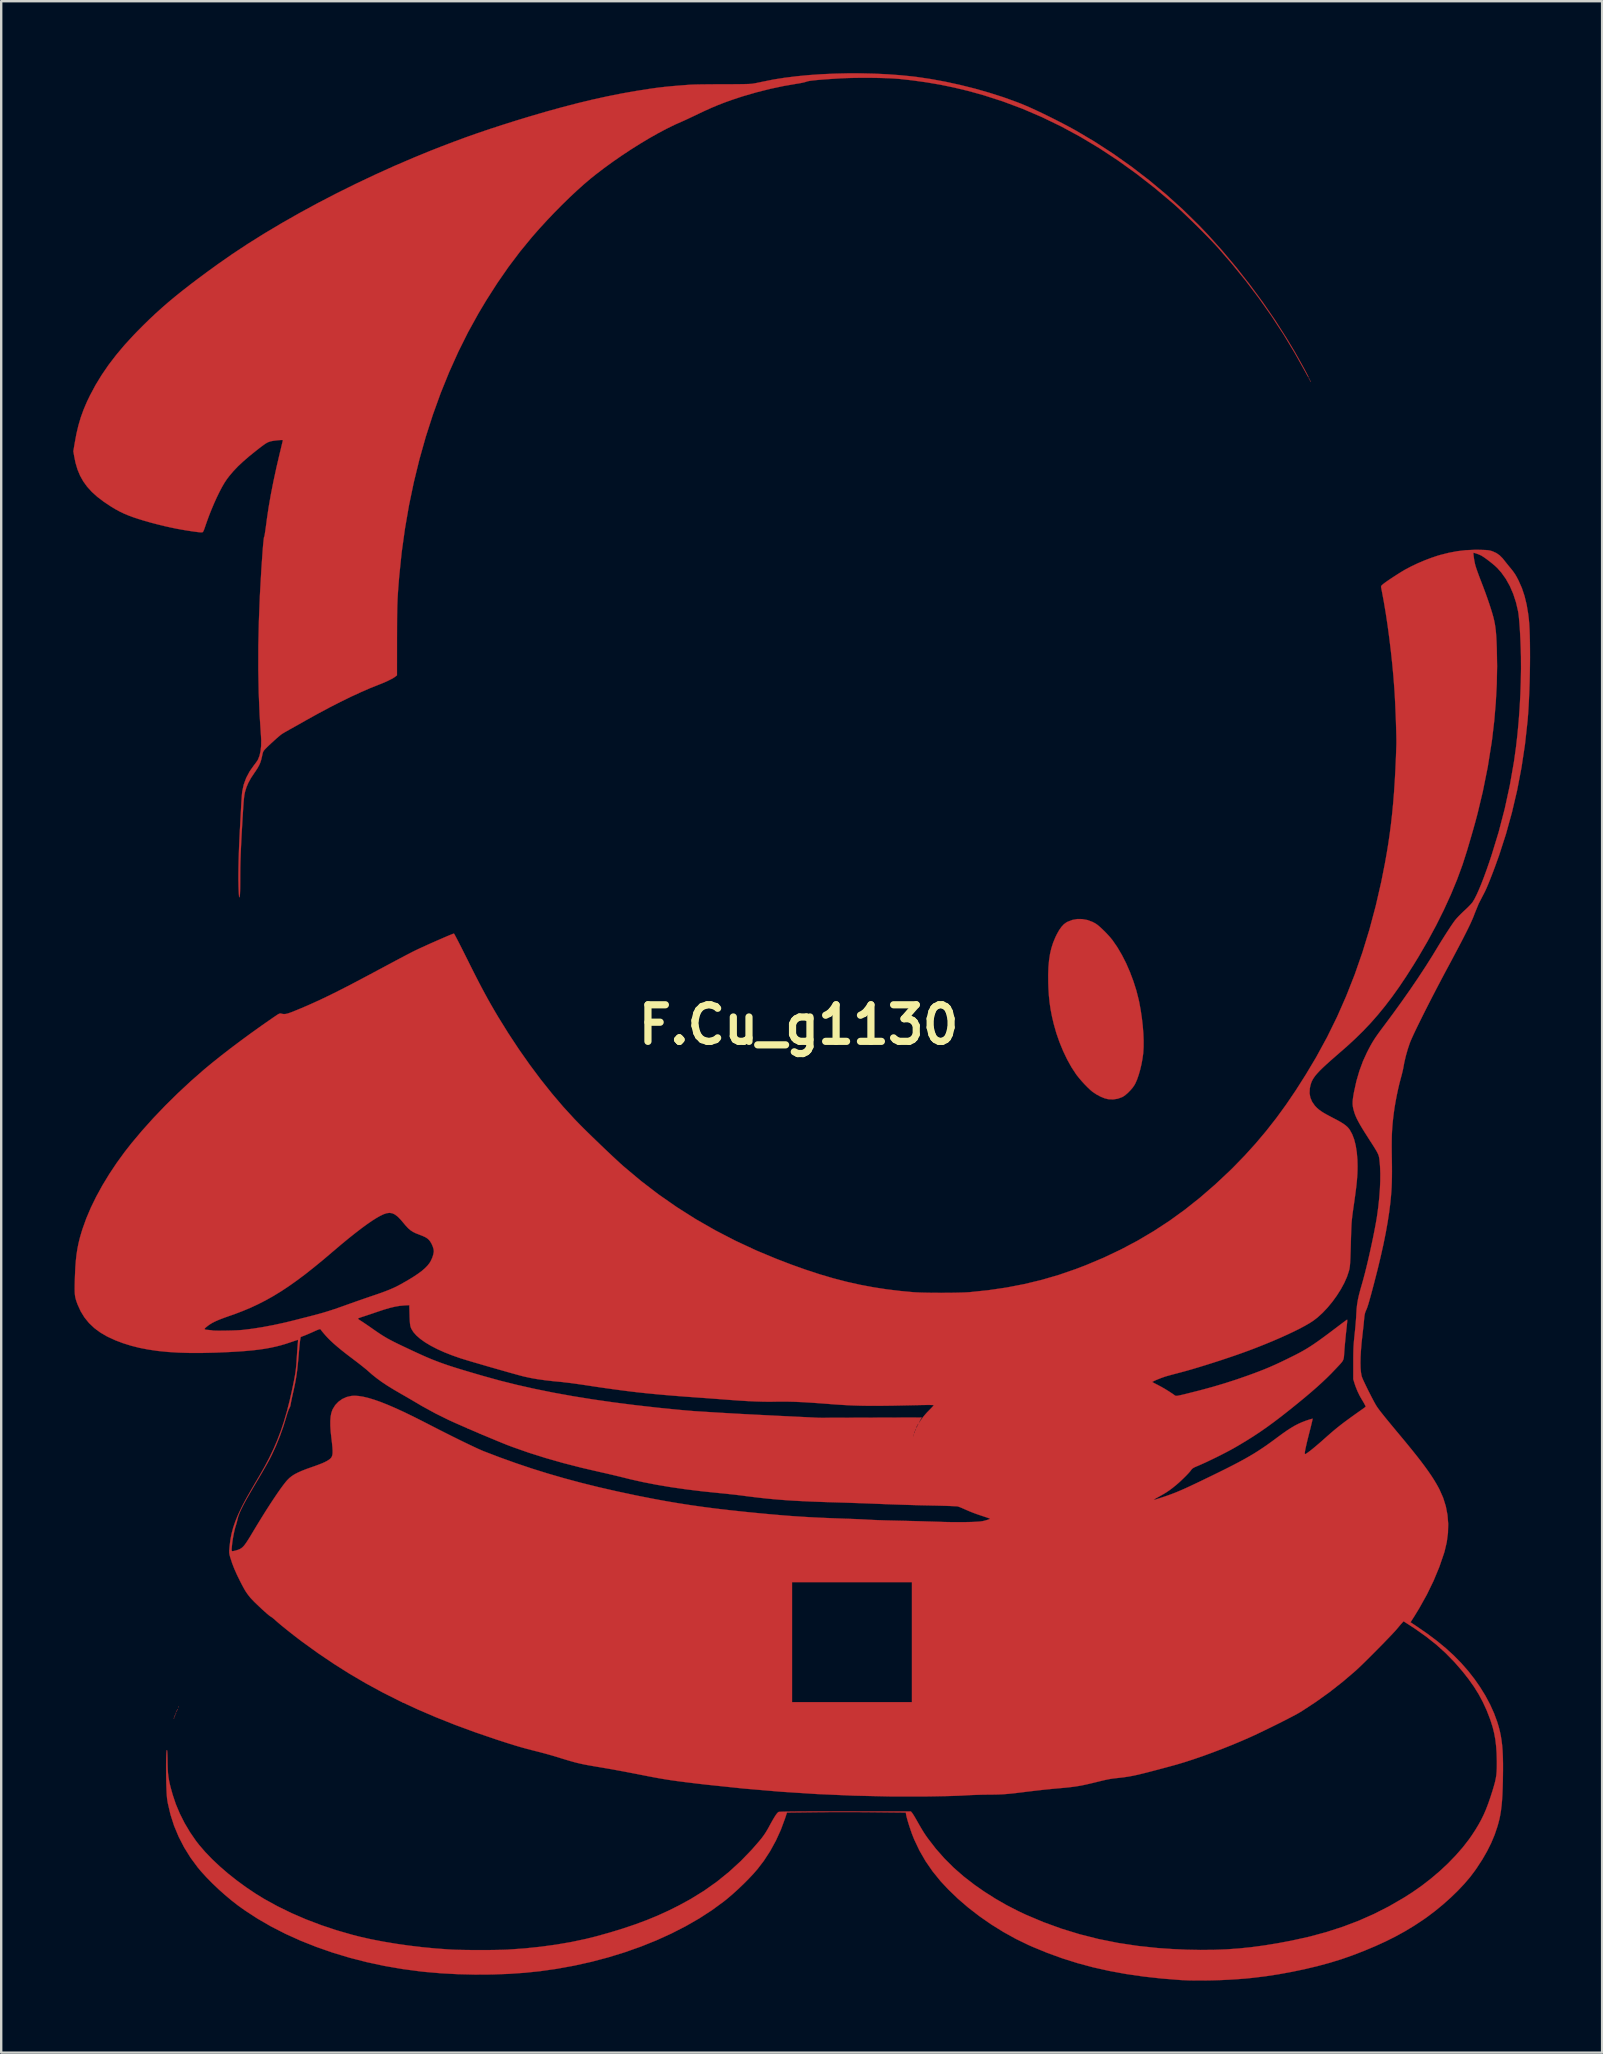
<source format=kicad_pcb>
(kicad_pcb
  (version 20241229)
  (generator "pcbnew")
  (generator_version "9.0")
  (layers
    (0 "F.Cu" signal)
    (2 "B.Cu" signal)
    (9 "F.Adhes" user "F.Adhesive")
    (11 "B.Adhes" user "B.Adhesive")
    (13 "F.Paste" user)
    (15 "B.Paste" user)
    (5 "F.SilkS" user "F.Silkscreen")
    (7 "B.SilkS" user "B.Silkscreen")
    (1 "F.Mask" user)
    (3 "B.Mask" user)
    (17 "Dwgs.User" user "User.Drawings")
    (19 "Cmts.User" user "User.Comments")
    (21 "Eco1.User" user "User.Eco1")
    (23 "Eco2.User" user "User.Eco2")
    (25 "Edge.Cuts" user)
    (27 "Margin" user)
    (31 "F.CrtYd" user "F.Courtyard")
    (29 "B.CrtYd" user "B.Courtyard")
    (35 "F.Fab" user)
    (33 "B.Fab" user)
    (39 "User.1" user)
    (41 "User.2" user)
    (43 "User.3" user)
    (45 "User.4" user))
  (footprint "F.Cu_g1130"
    (layer "F.Cu")
    (at 30.219 39.641)
    (property "Reference" "F.Cu_g1130" (at 0 0 0) (layer "F.SilkS") (effects (font (size 1.524 1.524) (thickness 0.3))))
    (attr through_hole)
    (fp_poly (pts (xy -26.014 28.882) (xy -26.024 28.892) (xy -26.035 28.882) (xy -26.024 28.871) (xy -26.014 28.882)) (stroke (width 0.01) (type solid)) (fill yes) (layer "F.Cu"))
    (fp_poly (pts (xy -25.971 28.776) (xy -25.982 28.787) (xy -25.993 28.776) (xy -25.982 28.765) (xy -25.971 28.776)) (stroke (width 0.01) (type solid)) (fill yes) (layer "F.Cu"))
    (fp_poly (pts (xy -25.95 28.713) (xy -25.961 28.723) (xy -25.971 28.713) (xy -25.961 28.702) (xy -25.95 28.713)) (stroke (width 0.01) (type solid)) (fill yes) (layer "F.Cu"))
    (fp_poly (pts (xy -25.929 28.67) (xy -25.94 28.681) (xy -25.95 28.67) (xy -25.94 28.66) (xy -25.929 28.67)) (stroke (width 0.01) (type solid)) (fill yes) (layer "F.Cu"))
    (fp_poly (pts (xy -25.908 28.607) (xy -25.919 28.617) (xy -25.929 28.607) (xy -25.919 28.596) (xy -25.908 28.607)) (stroke (width 0.01) (type solid)) (fill yes) (layer "F.Cu"))
    (fp_poly (pts (xy -25.887 28.564) (xy -25.897 28.575) (xy -25.908 28.564) (xy -25.897 28.554) (xy -25.887 28.564)) (stroke (width 0.01) (type solid)) (fill yes) (layer "F.Cu"))
    (fp_poly (pts (xy -25.866 28.522) (xy -25.876 28.533) (xy -25.887 28.522) (xy -25.876 28.512) (xy -25.866 28.522)) (stroke (width 0.01) (type solid)) (fill yes) (layer "F.Cu"))
    (fp_poly (pts (xy -25.823 28.416) (xy -25.834 28.427) (xy -25.845 28.416) (xy -25.834 28.406) (xy -25.823 28.416)) (stroke (width 0.01) (type solid)) (fill yes) (layer "F.Cu"))
    (fp_poly (pts (xy 21.273 -26.935) (xy 21.262 -26.924) (xy 21.251 -26.935) (xy 21.262 -26.945) (xy 21.273 -26.935)) (stroke (width 0.01) (type solid)) (fill yes) (layer "F.Cu"))
    (fp_poly (pts (xy 21.294 -26.892) (xy 21.283 -26.882) (xy 21.273 -26.892) (xy 21.283 -26.903) (xy 21.294 -26.892)) (stroke (width 0.01) (type solid)) (fill yes) (layer "F.Cu"))
    (fp_poly (pts (xy 21.315 -26.85) (xy 21.304 -26.839) (xy 21.294 -26.85) (xy 21.304 -26.86) (xy 21.315 -26.85)) (stroke (width 0.01) (type solid)) (fill yes) (layer "F.Cu"))
    (fp_poly (pts (xy 21.336 -26.808) (xy 21.325 -26.797) (xy 21.315 -26.808) (xy 21.325 -26.818) (xy 21.336 -26.808)) (stroke (width 0.01) (type solid)) (fill yes) (layer "F.Cu"))
    (fp_poly (pts (xy -26 28.815) (xy -25.997 28.84) (xy -26 28.843) (xy -26.012 28.84) (xy -26.014 28.829) (xy -26.006 28.812) (xy -26 28.815)) (stroke (width 0.01) (type solid)) (fill yes) (layer "F.Cu"))
    (fp_poly (pts (xy 11.815 -4.404) (xy 12.03 -4.365) (xy 12.241 -4.287) (xy 12.372 -4.217) (xy 12.451 -4.161) (xy 12.55 -4.078) (xy 12.66 -3.976) (xy 12.776 -3.862) (xy 12.889 -3.743) (xy 12.994 -3.625) (xy 13.082 -3.515) (xy 13.083 -3.514) (xy 13.278 -3.23) (xy 13.465 -2.912) (xy 13.641 -2.567) (xy 13.801 -2.2) (xy 13.944 -1.82) (xy 14.067 -1.434) (xy 14.165 -1.049) (xy 14.19 -0.931) (xy 14.249 -0.611) (xy 14.297 -0.286) (xy 14.334 0.037) (xy 14.359 0.35) (xy 14.371 0.647) (xy 14.37 0.919) (xy 14.356 1.161) (xy 14.353 1.196) (xy 14.322 1.42) (xy 14.28 1.647) (xy 14.227 1.87) (xy 14.167 2.08) (xy 14.102 2.269) (xy 14.033 2.428) (xy 13.995 2.5) (xy 13.923 2.607) (xy 13.829 2.718) (xy 13.724 2.826) (xy 13.617 2.92) (xy 13.517 2.99) (xy 13.478 3.011) (xy 13.294 3.078) (xy 13.099 3.108) (xy 12.904 3.099) (xy 12.89 3.097) (xy 12.739 3.058) (xy 12.574 2.99) (xy 12.406 2.9) (xy 12.247 2.793) (xy 12.234 2.784) (xy 12.141 2.704) (xy 12.03 2.599) (xy 11.911 2.477) (xy 11.792 2.346) (xy 11.68 2.215) (xy 11.584 2.094) (xy 11.553 2.051) (xy 11.364 1.763) (xy 11.185 1.44) (xy 11.018 1.091) (xy 10.867 0.724) (xy 10.736 0.348) (xy 10.629 -0.03) (xy 10.628 -0.032) (xy 10.555 -0.344) (xy 10.498 -0.634) (xy 10.456 -0.918) (xy 10.426 -1.207) (xy 10.407 -1.515) (xy 10.399 -1.736) (xy 10.396 -2.087) (xy 10.407 -2.403) (xy 10.432 -2.689) (xy 10.472 -2.951) (xy 10.529 -3.195) (xy 10.603 -3.425) (xy 10.695 -3.647) (xy 10.754 -3.768) (xy 10.851 -3.942) (xy 10.947 -4.079) (xy 11.045 -4.185) (xy 11.15 -4.263) (xy 11.197 -4.289) (xy 11.394 -4.367) (xy 11.602 -4.405) (xy 11.815 -4.404)) (stroke (width 0.01) (type solid)) (fill yes) (layer "F.Cu"))
    (fp_poly (pts (xy 2.611 -39.635) (xy 3.165 -39.622) (xy 3.712 -39.596) (xy 4.245 -39.557) (xy 4.76 -39.505) (xy 4.921 -39.485) (xy 5.507 -39.398) (xy 6.111 -39.287) (xy 6.725 -39.153) (xy 7.337 -39) (xy 7.94 -38.828) (xy 8.524 -38.642) (xy 9.078 -38.442) (xy 9.25 -38.376) (xy 9.446 -38.295) (xy 9.671 -38.196) (xy 9.92 -38.082) (xy 10.184 -37.956) (xy 10.458 -37.822) (xy 10.734 -37.684) (xy 11.006 -37.544) (xy 11.266 -37.406) (xy 11.509 -37.273) (xy 11.568 -37.241) (xy 12.343 -36.781) (xy 13.109 -36.283) (xy 13.862 -35.75) (xy 14.597 -35.185) (xy 15.309 -34.591) (xy 15.995 -33.972) (xy 16.65 -33.331) (xy 17.039 -32.925) (xy 17.64 -32.256) (xy 18.227 -31.557) (xy 18.794 -30.835) (xy 19.338 -30.096) (xy 19.853 -29.346) (xy 20.333 -28.593) (xy 20.61 -28.131) (xy 20.696 -27.983) (xy 20.783 -27.83) (xy 20.869 -27.677) (xy 20.952 -27.528) (xy 21.029 -27.388) (xy 21.097 -27.261) (xy 21.156 -27.151) (xy 21.201 -27.063) (xy 21.231 -27.001) (xy 21.244 -26.969) (xy 21.243 -26.966) (xy 21.23 -26.984) (xy 21.201 -27.031) (xy 21.162 -27.101) (xy 21.124 -27.171) (xy 20.668 -27.984) (xy 20.195 -28.768) (xy 19.698 -29.527) (xy 19.176 -30.268) (xy 18.623 -30.997) (xy 18.035 -31.718) (xy 17.486 -32.353) (xy 17.361 -32.49) (xy 17.21 -32.65) (xy 17.039 -32.827) (xy 16.852 -33.017) (xy 16.656 -33.214) (xy 16.455 -33.412) (xy 16.255 -33.606) (xy 16.061 -33.792) (xy 15.88 -33.962) (xy 15.716 -34.113) (xy 15.589 -34.226) (xy 14.833 -34.862) (xy 14.069 -35.457) (xy 13.298 -36.011) (xy 12.52 -36.523) (xy 11.735 -36.993) (xy 10.941 -37.423) (xy 10.14 -37.811) (xy 9.33 -38.159) (xy 8.511 -38.466) (xy 7.684 -38.732) (xy 7.059 -38.905) (xy 6.479 -39.044) (xy 5.905 -39.163) (xy 5.325 -39.262) (xy 4.726 -39.345) (xy 4.202 -39.403) (xy 4.025 -39.417) (xy 3.814 -39.429) (xy 3.575 -39.438) (xy 3.316 -39.445) (xy 3.045 -39.449) (xy 2.768 -39.451) (xy 2.493 -39.449) (xy 2.229 -39.445) (xy 1.981 -39.438) (xy 1.757 -39.428) (xy 1.693 -39.425) (xy 1.405 -39.406) (xy 1.157 -39.389) (xy 0.946 -39.373) (xy 0.769 -39.358) (xy 0.625 -39.343) (xy 0.509 -39.329) (xy 0.42 -39.315) (xy 0.356 -39.3) (xy 0.318 -39.287) (xy 0.262 -39.27) (xy 0.175 -39.249) (xy 0.067 -39.227) (xy -0.051 -39.207) (xy -0.085 -39.202) (xy -0.628 -39.108) (xy -1.189 -38.989) (xy -1.755 -38.846) (xy -2.313 -38.684) (xy -2.487 -38.628) (xy -2.8 -38.524) (xy -3.088 -38.42) (xy -3.363 -38.313) (xy -3.639 -38.197) (xy -3.928 -38.067) (xy -4.191 -37.942) (xy -4.337 -37.872) (xy -4.477 -37.806) (xy -4.603 -37.746) (xy -4.711 -37.696) (xy -4.793 -37.658) (xy -4.843 -37.636) (xy -4.844 -37.636) (xy -5.158 -37.497) (xy -5.496 -37.331) (xy -5.854 -37.142) (xy -6.226 -36.931) (xy -6.606 -36.703) (xy -6.991 -36.461) (xy -7.374 -36.208) (xy -7.751 -35.946) (xy -8.116 -35.68) (xy -8.465 -35.413) (xy -8.668 -35.25) (xy -8.946 -35.014) (xy -9.241 -34.749) (xy -9.55 -34.459) (xy -9.866 -34.15) (xy -10.184 -33.828) (xy -10.498 -33.497) (xy -10.804 -33.163) (xy -11.095 -32.831) (xy -11.115 -32.808) (xy -11.609 -32.206) (xy -12.089 -31.569) (xy -12.555 -30.897) (xy -13.009 -30.187) (xy -13.34 -29.633) (xy -13.774 -28.847) (xy -14.181 -28.03) (xy -14.561 -27.184) (xy -14.914 -26.312) (xy -15.237 -25.416) (xy -15.532 -24.499) (xy -15.796 -23.563) (xy -16.029 -22.611) (xy -16.231 -21.645) (xy -16.4 -20.667) (xy -16.537 -19.681) (xy -16.639 -18.688) (xy -16.646 -18.605) (xy -16.662 -18.407) (xy -16.676 -18.228) (xy -16.688 -18.064) (xy -16.698 -17.909) (xy -16.707 -17.758) (xy -16.713 -17.607) (xy -16.719 -17.449) (xy -16.723 -17.281) (xy -16.726 -17.098) (xy -16.728 -16.893) (xy -16.729 -16.662) (xy -16.73 -16.4) (xy -16.731 -16.102) (xy -16.731 -16.026) (xy -16.732 -14.559) (xy -16.796 -14.508) (xy -16.869 -14.458) (xy -16.975 -14.398) (xy -17.106 -14.333) (xy -17.254 -14.265) (xy -17.411 -14.2) (xy -17.484 -14.172) (xy -17.847 -14.027) (xy -18.24 -13.856) (xy -18.658 -13.663) (xy -19.099 -13.447) (xy -19.559 -13.211) (xy -20.034 -12.957) (xy -20.521 -12.687) (xy -20.553 -12.668) (xy -20.694 -12.588) (xy -20.838 -12.507) (xy -20.976 -12.43) (xy -21.098 -12.361) (xy -21.196 -12.307) (xy -21.23 -12.288) (xy -21.327 -12.233) (xy -21.419 -12.18) (xy -21.495 -12.134) (xy -21.537 -12.107) (xy -21.589 -12.067) (xy -21.665 -12.004) (xy -21.757 -11.924) (xy -21.858 -11.833) (xy -21.962 -11.738) (xy -22.061 -11.646) (xy -22.148 -11.562) (xy -22.199 -11.51) (xy -22.251 -11.456) (xy -22.286 -11.411) (xy -22.31 -11.364) (xy -22.329 -11.303) (xy -22.348 -11.216) (xy -22.354 -11.185) (xy -22.387 -11.046) (xy -22.425 -10.924) (xy -22.476 -10.809) (xy -22.543 -10.689) (xy -22.631 -10.554) (xy -22.675 -10.491) (xy -22.814 -10.282) (xy -22.921 -10.088) (xy -23.002 -9.899) (xy -23.06 -9.71) (xy -23.073 -9.655) (xy -23.085 -9.595) (xy -23.095 -9.527) (xy -23.105 -9.445) (xy -23.115 -9.345) (xy -23.125 -9.223) (xy -23.135 -9.074) (xy -23.147 -8.893) (xy -23.16 -8.677) (xy -23.166 -8.591) (xy -23.186 -8.237) (xy -23.204 -7.921) (xy -23.219 -7.636) (xy -23.231 -7.379) (xy -23.241 -7.144) (xy -23.249 -6.927) (xy -23.255 -6.722) (xy -23.259 -6.524) (xy -23.261 -6.328) (xy -23.262 -6.13) (xy -23.262 -6.075) (xy -23.263 -5.865) (xy -23.265 -5.694) (xy -23.268 -5.559) (xy -23.272 -5.456) (xy -23.279 -5.384) (xy -23.287 -5.338) (xy -23.297 -5.316) (xy -23.304 -5.313) (xy -23.309 -5.333) (xy -23.314 -5.39) (xy -23.32 -5.477) (xy -23.326 -5.589) (xy -23.331 -5.719) (xy -23.333 -5.805) (xy -23.338 -6.042) (xy -23.337 -6.316) (xy -23.333 -6.623) (xy -23.325 -6.958) (xy -23.313 -7.317) (xy -23.297 -7.694) (xy -23.278 -8.086) (xy -23.273 -8.172) (xy -23.263 -8.354) (xy -23.253 -8.548) (xy -23.242 -8.743) (xy -23.232 -8.927) (xy -23.224 -9.087) (xy -23.22 -9.165) (xy -23.212 -9.306) (xy -23.202 -9.444) (xy -23.193 -9.57) (xy -23.183 -9.672) (xy -23.175 -9.737) (xy -23.113 -10.017) (xy -23.011 -10.291) (xy -22.87 -10.556) (xy -22.707 -10.788) (xy -22.643 -10.871) (xy -22.585 -10.951) (xy -22.541 -11.016) (xy -22.522 -11.048) (xy -22.459 -11.208) (xy -22.415 -11.401) (xy -22.39 -11.62) (xy -22.387 -11.86) (xy -22.395 -12.012) (xy -22.453 -12.904) (xy -22.491 -13.832) (xy -22.509 -14.796) (xy -22.507 -15.795) (xy -22.484 -16.828) (xy -22.442 -17.895) (xy -22.38 -18.995) (xy -22.329 -19.727) (xy -22.317 -19.88) (xy -22.305 -20.018) (xy -22.293 -20.137) (xy -22.283 -20.23) (xy -22.275 -20.293) (xy -22.269 -20.319) (xy -22.269 -20.32) (xy -22.263 -20.327) (xy -22.257 -20.344) (xy -22.25 -20.375) (xy -22.241 -20.424) (xy -22.23 -20.495) (xy -22.216 -20.591) (xy -22.198 -20.718) (xy -22.176 -20.878) (xy -22.151 -21.071) (xy -22.078 -21.563) (xy -21.986 -22.09) (xy -21.876 -22.649) (xy -21.749 -23.238) (xy -21.61 -23.831) (xy -21.575 -23.972) (xy -21.545 -24.1) (xy -21.519 -24.208) (xy -21.499 -24.29) (xy -21.487 -24.342) (xy -21.484 -24.357) (xy -21.504 -24.362) (xy -21.555 -24.362) (xy -21.63 -24.357) (xy -21.717 -24.349) (xy -21.809 -24.338) (xy -21.895 -24.326) (xy -21.965 -24.313) (xy -21.992 -24.307) (xy -22.047 -24.29) (xy -22.097 -24.272) (xy -22.148 -24.247) (xy -22.205 -24.213) (xy -22.274 -24.166) (xy -22.361 -24.102) (xy -22.47 -24.019) (xy -22.595 -23.921) (xy -22.884 -23.689) (xy -23.138 -23.469) (xy -23.361 -23.26) (xy -23.555 -23.055) (xy -23.725 -22.853) (xy -23.824 -22.722) (xy -23.918 -22.58) (xy -24.021 -22.403) (xy -24.129 -22.197) (xy -24.24 -21.969) (xy -24.351 -21.723) (xy -24.459 -21.467) (xy -24.563 -21.206) (xy -24.657 -20.947) (xy -24.691 -20.849) (xy -24.733 -20.727) (xy -24.764 -20.639) (xy -24.788 -20.58) (xy -24.808 -20.544) (xy -24.827 -20.524) (xy -24.847 -20.516) (xy -24.857 -20.514) (xy -24.904 -20.515) (xy -24.986 -20.522) (xy -25.097 -20.535) (xy -25.231 -20.553) (xy -25.381 -20.576) (xy -25.54 -20.601) (xy -25.703 -20.629) (xy -25.863 -20.658) (xy -25.876 -20.66) (xy -26.14 -20.714) (xy -26.418 -20.776) (xy -26.701 -20.846) (xy -26.982 -20.919) (xy -27.252 -20.996) (xy -27.503 -21.072) (xy -27.727 -21.147) (xy -27.89 -21.207) (xy -28.091 -21.29) (xy -28.277 -21.379) (xy -28.463 -21.48) (xy -28.639 -21.586) (xy -28.945 -21.789) (xy -29.212 -21.992) (xy -29.442 -22.199) (xy -29.637 -22.414) (xy -29.8 -22.639) (xy -29.934 -22.878) (xy -30.041 -23.135) (xy -30.123 -23.413) (xy -30.176 -23.674) (xy -30.214 -23.894) (xy -30.155 -24.244) (xy -30.084 -24.626) (xy -30 -24.978) (xy -29.902 -25.31) (xy -29.784 -25.634) (xy -29.644 -25.962) (xy -29.517 -26.224) (xy -29.288 -26.653) (xy -29.032 -27.072) (xy -28.748 -27.487) (xy -28.431 -27.901) (xy -28.081 -28.318) (xy -27.693 -28.74) (xy -27.548 -28.89) (xy -27.291 -29.149) (xy -27.037 -29.397) (xy -26.78 -29.638) (xy -26.518 -29.874) (xy -26.246 -30.11) (xy -25.961 -30.347) (xy -25.658 -30.59) (xy -25.335 -30.842) (xy -24.987 -31.106) (xy -24.609 -31.385) (xy -24.204 -31.679) (xy -23.592 -32.106) (xy -22.941 -32.536) (xy -22.255 -32.965) (xy -21.54 -33.391) (xy -20.797 -33.814) (xy -20.032 -34.23) (xy -19.247 -34.637) (xy -18.448 -35.033) (xy -17.638 -35.417) (xy -16.82 -35.787) (xy -15.998 -36.139) (xy -15.354 -36.403) (xy -14.845 -36.603) (xy -14.348 -36.792) (xy -13.857 -36.973) (xy -13.363 -37.147) (xy -12.857 -37.319) (xy -12.333 -37.489) (xy -11.783 -37.663) (xy -11.251 -37.825) (xy -10.543 -38.033) (xy -9.867 -38.22) (xy -9.218 -38.389) (xy -8.59 -38.541) (xy -7.979 -38.675) (xy -7.379 -38.795) (xy -6.786 -38.9) (xy -6.194 -38.993) (xy -6.157 -38.998) (xy -6.004 -39.02) (xy -5.86 -39.039) (xy -5.717 -39.056) (xy -5.569 -39.073) (xy -5.411 -39.089) (xy -5.235 -39.105) (xy -5.035 -39.122) (xy -4.806 -39.14) (xy -4.561 -39.159) (xy -4.48 -39.164) (xy -4.363 -39.168) (xy -4.214 -39.172) (xy -4.039 -39.175) (xy -3.844 -39.177) (xy -3.635 -39.179) (xy -3.416 -39.18) (xy -3.194 -39.181) (xy -3.181 -39.181) (xy -2.948 -39.181) (xy -2.729 -39.182) (xy -2.527 -39.184) (xy -2.349 -39.186) (xy -2.196 -39.189) (xy -2.074 -39.193) (xy -1.987 -39.197) (xy -1.943 -39.201) (xy -1.866 -39.213) (xy -1.76 -39.233) (xy -1.637 -39.258) (xy -1.509 -39.285) (xy -1.46 -39.295) (xy -1.038 -39.38) (xy -0.579 -39.452) (xy -0.091 -39.513) (xy 0.422 -39.562) (xy 0.954 -39.599) (xy 1.5 -39.623) (xy 2.054 -39.636) (xy 2.611 -39.635)) (stroke (width 0.01) (type solid)) (fill yes) (layer "F.Cu"))
    (fp_poly (pts (xy 28.349 -19.787) (xy 28.494 -19.783) (xy 28.604 -19.779) (xy 28.688 -19.773) (xy 28.754 -19.765) (xy 28.81 -19.754) (xy 28.864 -19.738) (xy 28.909 -19.723) (xy 29.064 -19.653) (xy 29.199 -19.559) (xy 29.324 -19.434) (xy 29.382 -19.362) (xy 29.451 -19.275) (xy 29.532 -19.174) (xy 29.611 -19.077) (xy 29.63 -19.054) (xy 29.722 -18.942) (xy 29.793 -18.847) (xy 29.854 -18.757) (xy 29.911 -18.658) (xy 29.974 -18.538) (xy 29.999 -18.487) (xy 30.131 -18.188) (xy 30.239 -17.862) (xy 30.326 -17.506) (xy 30.391 -17.119) (xy 30.417 -16.902) (xy 30.434 -16.708) (xy 30.447 -16.478) (xy 30.456 -16.216) (xy 30.463 -15.926) (xy 30.466 -15.615) (xy 30.467 -15.287) (xy 30.464 -14.948) (xy 30.458 -14.602) (xy 30.45 -14.254) (xy 30.438 -13.911) (xy 30.424 -13.576) (xy 30.407 -13.254) (xy 30.388 -12.952) (xy 30.366 -12.674) (xy 30.362 -12.636) (xy 30.256 -11.673) (xy 30.112 -10.719) (xy 29.932 -9.777) (xy 29.715 -8.852) (xy 29.464 -7.944) (xy 29.178 -7.058) (xy 29.015 -6.605) (xy 28.912 -6.331) (xy 28.817 -6.087) (xy 28.732 -5.876) (xy 28.657 -5.699) (xy 28.593 -5.559) (xy 28.541 -5.457) (xy 28.537 -5.451) (xy 28.329 -5.047) (xy 28.162 -4.64) (xy 28.161 -4.636) (xy 28.125 -4.54) (xy 28.083 -4.436) (xy 28.032 -4.321) (xy 27.973 -4.191) (xy 27.902 -4.044) (xy 27.82 -3.878) (xy 27.725 -3.69) (xy 27.616 -3.477) (xy 27.49 -3.238) (xy 27.348 -2.969) (xy 27.188 -2.667) (xy 27.04 -2.392) (xy 26.875 -2.083) (xy 26.712 -1.774) (xy 26.552 -1.469) (xy 26.397 -1.17) (xy 26.248 -0.88) (xy 26.107 -0.602) (xy 25.976 -0.34) (xy 25.855 -0.096) (xy 25.746 0.127) (xy 25.651 0.325) (xy 25.572 0.496) (xy 25.51 0.636) (xy 25.466 0.743) (xy 25.458 0.764) (xy 25.371 1.024) (xy 25.293 1.299) (xy 25.23 1.57) (xy 25.199 1.737) (xy 25.181 1.835) (xy 25.153 1.959) (xy 25.12 2.092) (xy 25.085 2.221) (xy 25.082 2.233) (xy 25.027 2.441) (xy 24.971 2.679) (xy 24.917 2.934) (xy 24.867 3.194) (xy 24.824 3.448) (xy 24.791 3.682) (xy 24.788 3.704) (xy 24.764 3.903) (xy 24.745 4.086) (xy 24.73 4.26) (xy 24.719 4.433) (xy 24.711 4.611) (xy 24.707 4.801) (xy 24.705 5.012) (xy 24.706 5.249) (xy 24.71 5.521) (xy 24.711 5.567) (xy 24.715 5.864) (xy 24.716 6.126) (xy 24.714 6.36) (xy 24.709 6.573) (xy 24.701 6.774) (xy 24.689 6.967) (xy 24.673 7.162) (xy 24.653 7.365) (xy 24.648 7.419) (xy 24.599 7.811) (xy 24.535 8.227) (xy 24.456 8.669) (xy 24.361 9.14) (xy 24.249 9.642) (xy 24.121 10.176) (xy 23.975 10.746) (xy 23.895 11.049) (xy 23.843 11.243) (xy 23.799 11.401) (xy 23.763 11.529) (xy 23.733 11.631) (xy 23.707 11.714) (xy 23.683 11.783) (xy 23.66 11.842) (xy 23.635 11.898) (xy 23.63 11.91) (xy 23.6 11.986) (xy 23.579 12.071) (xy 23.564 12.178) (xy 23.556 12.262) (xy 23.547 12.358) (xy 23.535 12.485) (xy 23.519 12.631) (xy 23.502 12.784) (xy 23.485 12.931) (xy 23.449 13.259) (xy 23.424 13.563) (xy 23.408 13.84) (xy 23.404 14.088) (xy 23.409 14.304) (xy 23.426 14.485) (xy 23.452 14.628) (xy 23.461 14.658) (xy 23.483 14.717) (xy 23.522 14.807) (xy 23.575 14.92) (xy 23.638 15.051) (xy 23.707 15.193) (xy 23.781 15.339) (xy 23.854 15.482) (xy 23.924 15.616) (xy 23.988 15.735) (xy 24.042 15.831) (xy 24.082 15.896) (xy 24.123 15.956) (xy 24.175 16.028) (xy 24.241 16.114) (xy 24.323 16.218) (xy 24.422 16.342) (xy 24.541 16.488) (xy 24.681 16.658) (xy 24.844 16.855) (xy 25.033 17.082) (xy 25.051 17.103) (xy 25.309 17.414) (xy 25.54 17.697) (xy 25.746 17.954) (xy 25.929 18.19) (xy 26.091 18.406) (xy 26.235 18.606) (xy 26.362 18.792) (xy 26.474 18.967) (xy 26.574 19.134) (xy 26.664 19.296) (xy 26.699 19.365) (xy 26.849 19.703) (xy 26.959 20.054) (xy 27.029 20.417) (xy 27.059 20.788) (xy 27.049 21.166) (xy 26.999 21.549) (xy 26.908 21.935) (xy 26.884 22.015) (xy 26.688 22.586) (xy 26.45 23.159) (xy 26.172 23.731) (xy 25.855 24.3) (xy 25.653 24.631) (xy 25.489 24.888) (xy 25.736 25.052) (xy 26.178 25.357) (xy 26.582 25.659) (xy 26.952 25.963) (xy 27.291 26.272) (xy 27.602 26.589) (xy 27.891 26.918) (xy 28.16 27.263) (xy 28.381 27.58) (xy 28.603 27.938) (xy 28.801 28.309) (xy 28.969 28.681) (xy 29.102 29.041) (xy 29.159 29.228) (xy 29.208 29.415) (xy 29.248 29.604) (xy 29.28 29.801) (xy 29.306 30.011) (xy 29.324 30.239) (xy 29.336 30.488) (xy 29.342 30.764) (xy 29.342 31.072) (xy 29.337 31.417) (xy 29.336 31.496) (xy 29.327 31.806) (xy 29.316 32.079) (xy 29.301 32.322) (xy 29.281 32.539) (xy 29.257 32.736) (xy 29.227 32.919) (xy 29.191 33.094) (xy 29.147 33.265) (xy 29.108 33.401) (xy 28.992 33.743) (xy 28.851 34.081) (xy 28.682 34.419) (xy 28.484 34.764) (xy 28.251 35.122) (xy 28.176 35.23) (xy 27.969 35.505) (xy 27.727 35.788) (xy 27.455 36.076) (xy 27.158 36.363) (xy 26.843 36.644) (xy 26.513 36.915) (xy 26.174 37.171) (xy 26.015 37.282) (xy 25.646 37.526) (xy 25.268 37.755) (xy 24.874 37.972) (xy 24.459 38.18) (xy 24.019 38.381) (xy 23.547 38.579) (xy 23.054 38.769) (xy 22.607 38.925) (xy 22.125 39.073) (xy 21.616 39.211) (xy 21.086 39.337) (xy 20.543 39.451) (xy 19.995 39.551) (xy 19.447 39.635) (xy 18.907 39.701) (xy 18.627 39.729) (xy 18.291 39.755) (xy 17.94 39.777) (xy 17.582 39.794) (xy 17.225 39.805) (xy 16.876 39.811) (xy 16.543 39.811) (xy 16.235 39.806) (xy 15.959 39.794) (xy 15.907 39.791) (xy 15.118 39.728) (xy 14.363 39.645) (xy 13.639 39.54) (xy 12.942 39.412) (xy 12.269 39.262) (xy 11.617 39.087) (xy 10.982 38.887) (xy 10.362 38.662) (xy 9.752 38.411) (xy 9.571 38.331) (xy 9.044 38.075) (xy 8.525 37.787) (xy 8.02 37.473) (xy 7.532 37.134) (xy 7.067 36.775) (xy 6.63 36.399) (xy 6.227 36.01) (xy 5.917 35.678) (xy 5.583 35.267) (xy 5.288 34.84) (xy 5.032 34.396) (xy 4.814 33.936) (xy 4.773 33.835) (xy 4.719 33.696) (xy 4.665 33.543) (xy 4.612 33.385) (xy 4.564 33.231) (xy 4.523 33.09) (xy 4.493 32.973) (xy 4.478 32.902) (xy 4.464 32.815) (xy 3.119 32.801) (xy 2.839 32.798) (xy 2.536 32.796) (xy 2.218 32.795) (xy 1.894 32.795) (xy 1.575 32.795) (xy 1.267 32.796) (xy 0.981 32.797) (xy 0.725 32.8) (xy 0.645 32.801) (xy -0.486 32.815) (xy -0.563 33.05) (xy -0.739 33.527) (xy -0.948 33.985) (xy -1.186 34.42) (xy -1.452 34.828) (xy -1.711 35.166) (xy -1.881 35.362) (xy -2.079 35.573) (xy -2.296 35.791) (xy -2.523 36.008) (xy -2.753 36.216) (xy -2.977 36.407) (xy -3.117 36.519) (xy -3.611 36.881) (xy -4.141 37.225) (xy -4.705 37.549) (xy -5.299 37.853) (xy -5.921 38.136) (xy -6.567 38.396) (xy -7.236 38.633) (xy -7.925 38.845) (xy -8.631 39.032) (xy -9.35 39.192) (xy -10.081 39.325) (xy -10.763 39.422) (xy -11.409 39.489) (xy -12.083 39.535) (xy -12.777 39.561) (xy -13.481 39.565) (xy -14.188 39.548) (xy -14.888 39.511) (xy -15.574 39.452) (xy -15.759 39.432) (xy -16.516 39.331) (xy -17.263 39.202) (xy -17.997 39.044) (xy -18.714 38.86) (xy -19.413 38.649) (xy -20.092 38.412) (xy -20.746 38.152) (xy -21.375 37.868) (xy -21.975 37.561) (xy -22.544 37.232) (xy -23.079 36.883) (xy -23.361 36.681) (xy -23.628 36.473) (xy -23.9 36.245) (xy -24.17 36.004) (xy -24.429 35.757) (xy -24.67 35.511) (xy -24.887 35.273) (xy -25.028 35.105) (xy -25.33 34.697) (xy -25.596 34.269) (xy -25.825 33.826) (xy -26.016 33.369) (xy -26.167 32.9) (xy -26.278 32.423) (xy -26.301 32.29) (xy -26.311 32.211) (xy -26.32 32.105) (xy -26.328 31.977) (xy -26.334 31.831) (xy -26.34 31.671) (xy -26.344 31.502) (xy -26.347 31.327) (xy -26.349 31.151) (xy -26.35 30.979) (xy -26.35 30.813) (xy -26.348 30.66) (xy -26.345 30.522) (xy -26.341 30.404) (xy -26.336 30.311) (xy -26.329 30.246) (xy -26.321 30.214) (xy -26.311 30.219) (xy -26.309 30.226) (xy -26.303 30.265) (xy -26.298 30.338) (xy -26.294 30.435) (xy -26.291 30.547) (xy -26.29 30.596) (xy -26.287 30.815) (xy -26.281 31.002) (xy -26.271 31.166) (xy -26.254 31.317) (xy -26.23 31.464) (xy -26.198 31.619) (xy -26.155 31.79) (xy -26.1 31.987) (xy -26.077 32.068) (xy -25.946 32.461) (xy -25.779 32.859) (xy -25.58 33.253) (xy -25.353 33.635) (xy -25.104 33.997) (xy -24.975 34.163) (xy -24.721 34.458) (xy -24.432 34.758) (xy -24.111 35.06) (xy -23.765 35.359) (xy -23.397 35.65) (xy -23.015 35.929) (xy -22.622 36.193) (xy -22.257 36.417) (xy -21.71 36.718) (xy -21.129 37.002) (xy -20.52 37.265) (xy -19.887 37.506) (xy -19.237 37.722) (xy -18.573 37.913) (xy -18.267 37.991) (xy -17.8 38.096) (xy -17.3 38.192) (xy -16.773 38.28) (xy -16.228 38.358) (xy -15.672 38.424) (xy -15.112 38.478) (xy -14.557 38.518) (xy -14.474 38.523) (xy -14.32 38.53) (xy -14.13 38.535) (xy -13.914 38.539) (xy -13.678 38.542) (xy -13.431 38.544) (xy -13.179 38.544) (xy -12.93 38.543) (xy -12.692 38.54) (xy -12.472 38.536) (xy -12.278 38.531) (xy -12.118 38.525) (xy -12.097 38.523) (xy -11.417 38.475) (xy -10.749 38.405) (xy -10.098 38.316) (xy -9.47 38.208) (xy -8.871 38.081) (xy -8.435 37.973) (xy -7.859 37.812) (xy -7.32 37.647) (xy -6.813 37.476) (xy -6.331 37.297) (xy -5.87 37.107) (xy -5.425 36.904) (xy -4.989 36.686) (xy -4.557 36.451) (xy -4.483 36.409) (xy -3.936 36.071) (xy -3.407 35.696) (xy -2.899 35.285) (xy -2.413 34.84) (xy -1.951 34.361) (xy -1.64 34.004) (xy -1.543 33.886) (xy -1.462 33.777) (xy -1.387 33.667) (xy -1.313 33.546) (xy -1.231 33.401) (xy -1.197 33.337) (xy -1.102 33.165) (xy -1.022 33.028) (xy -0.956 32.924) (xy -0.902 32.851) (xy -0.859 32.806) (xy -0.835 32.79) (xy -0.814 32.787) (xy -0.77 32.783) (xy -0.7 32.78) (xy -0.603 32.777) (xy -0.477 32.775) (xy -0.321 32.773) (xy -0.134 32.771) (xy 0.086 32.77) (xy 0.34 32.768) (xy 0.63 32.767) (xy 0.957 32.767) (xy 1.323 32.766) (xy 1.729 32.766) (xy 1.946 32.766) (xy 4.674 32.766) (xy 4.725 32.826) (xy 4.755 32.869) (xy 4.8 32.938) (xy 4.852 33.025) (xy 4.899 33.107) (xy 5 33.285) (xy 5.085 33.432) (xy 5.159 33.556) (xy 5.226 33.663) (xy 5.29 33.76) (xy 5.356 33.854) (xy 5.388 33.898) (xy 5.719 34.327) (xy 6.075 34.73) (xy 6.458 35.112) (xy 6.873 35.475) (xy 7.323 35.823) (xy 7.726 36.104) (xy 8.196 36.403) (xy 8.664 36.672) (xy 9.146 36.92) (xy 9.478 37.076) (xy 10.203 37.382) (xy 10.947 37.652) (xy 11.711 37.886) (xy 12.494 38.084) (xy 13.297 38.245) (xy 14.122 38.37) (xy 14.968 38.46) (xy 15.568 38.501) (xy 16.169 38.528) (xy 16.738 38.539) (xy 17.284 38.534) (xy 17.816 38.514) (xy 18.341 38.477) (xy 18.869 38.422) (xy 19.407 38.349) (xy 19.965 38.258) (xy 20.521 38.153) (xy 21.265 37.989) (xy 21.979 37.796) (xy 22.666 37.574) (xy 23.328 37.323) (xy 23.967 37.04) (xy 24.587 36.725) (xy 25.189 36.377) (xy 25.559 36.142) (xy 25.951 35.868) (xy 26.334 35.572) (xy 26.702 35.26) (xy 27.05 34.935) (xy 27.373 34.601) (xy 27.667 34.265) (xy 27.927 33.93) (xy 28.045 33.761) (xy 28.193 33.534) (xy 28.322 33.32) (xy 28.436 33.112) (xy 28.54 32.901) (xy 28.636 32.678) (xy 28.728 32.438) (xy 28.82 32.17) (xy 28.907 31.899) (xy 28.964 31.707) (xy 29.009 31.544) (xy 29.041 31.397) (xy 29.064 31.257) (xy 29.077 31.112) (xy 29.084 30.952) (xy 29.086 30.765) (xy 29.085 30.66) (xy 29.076 30.334) (xy 29.055 30.039) (xy 29.022 29.768) (xy 28.975 29.511) (xy 28.912 29.258) (xy 28.831 29.002) (xy 28.793 28.893) (xy 28.657 28.545) (xy 28.504 28.214) (xy 28.333 27.894) (xy 28.138 27.58) (xy 27.917 27.267) (xy 27.666 26.947) (xy 27.381 26.617) (xy 27.292 26.518) (xy 26.942 26.161) (xy 26.558 25.815) (xy 26.136 25.481) (xy 25.676 25.155) (xy 25.453 25.009) (xy 25.199 24.847) (xy 25.125 24.929) (xy 25.078 24.982) (xy 25.015 25.056) (xy 24.946 25.138) (xy 24.911 25.18) (xy 24.85 25.249) (xy 24.763 25.343) (xy 24.654 25.459) (xy 24.527 25.591) (xy 24.387 25.736) (xy 24.236 25.89) (xy 24.08 26.048) (xy 23.923 26.206) (xy 23.768 26.361) (xy 23.621 26.507) (xy 23.484 26.641) (xy 23.362 26.758) (xy 23.26 26.854) (xy 23.196 26.913) (xy 22.667 27.365) (xy 22.118 27.796) (xy 21.557 28.199) (xy 20.994 28.569) (xy 20.881 28.639) (xy 20.798 28.687) (xy 20.683 28.75) (xy 20.539 28.826) (xy 20.373 28.912) (xy 20.189 29.006) (xy 19.993 29.105) (xy 19.789 29.206) (xy 19.584 29.307) (xy 19.382 29.405) (xy 19.188 29.498) (xy 19.009 29.583) (xy 18.847 29.657) (xy 18.812 29.673) (xy 18.438 29.837) (xy 18.048 30) (xy 17.648 30.159) (xy 17.247 30.312) (xy 16.851 30.457) (xy 16.467 30.589) (xy 16.102 30.708) (xy 15.763 30.81) (xy 15.589 30.858) (xy 15.38 30.915) (xy 15.204 30.962) (xy 15.055 31.002) (xy 14.928 31.036) (xy 14.813 31.066) (xy 14.706 31.094) (xy 14.599 31.122) (xy 14.485 31.151) (xy 14.383 31.177) (xy 14.145 31.235) (xy 13.934 31.281) (xy 13.736 31.317) (xy 13.536 31.347) (xy 13.346 31.369) (xy 13.2 31.385) (xy 13.075 31.401) (xy 12.959 31.419) (xy 12.84 31.442) (xy 12.708 31.471) (xy 12.551 31.509) (xy 12.478 31.527) (xy 12.26 31.58) (xy 12.073 31.624) (xy 11.907 31.661) (xy 11.755 31.692) (xy 11.609 31.717) (xy 11.46 31.739) (xy 11.3 31.759) (xy 11.121 31.778) (xy 10.914 31.797) (xy 10.721 31.814) (xy 10.56 31.829) (xy 10.369 31.848) (xy 10.16 31.87) (xy 9.944 31.894) (xy 9.734 31.919) (xy 9.557 31.94) (xy 9.309 31.971) (xy 9.097 31.997) (xy 8.913 32.018) (xy 8.752 32.034) (xy 8.605 32.046) (xy 8.467 32.055) (xy 8.332 32.061) (xy 8.191 32.065) (xy 8.039 32.067) (xy 7.895 32.068) (xy 7.714 32.07) (xy 7.51 32.075) (xy 7.298 32.082) (xy 7.097 32.09) (xy 6.921 32.101) (xy 6.795 32.108) (xy 6.632 32.115) (xy 6.437 32.121) (xy 6.217 32.128) (xy 5.977 32.133) (xy 5.723 32.138) (xy 5.459 32.143) (xy 5.249 32.145) (xy 3.778 32.144) (xy 2.284 32.11) (xy 0.769 32.044) (xy -0.762 31.945) (xy -2.306 31.813) (xy -3.861 31.65) (xy -4.096 31.623) (xy -4.396 31.587) (xy -4.661 31.555) (xy -4.897 31.525) (xy -5.109 31.497) (xy -5.305 31.469) (xy -5.491 31.44) (xy -5.672 31.411) (xy -5.857 31.379) (xy -6.049 31.343) (xy -6.257 31.304) (xy -6.487 31.258) (xy -6.562 31.244) (xy -6.788 31.199) (xy -7.028 31.153) (xy -7.272 31.106) (xy -7.512 31.062) (xy -7.738 31.02) (xy -7.943 30.984) (xy -8.118 30.954) (xy -8.165 30.946) (xy -8.403 30.906) (xy -8.607 30.871) (xy -8.783 30.84) (xy -8.94 30.81) (xy -9.083 30.779) (xy -9.221 30.747) (xy -9.36 30.711) (xy -9.508 30.669) (xy -9.673 30.621) (xy -9.86 30.564) (xy -10.079 30.496) (xy -10.086 30.494) (xy -10.235 30.449) (xy -10.41 30.399) (xy -10.595 30.348) (xy -10.775 30.3) (xy -10.901 30.268) (xy -11.106 30.216) (xy -11.295 30.167) (xy -11.475 30.118) (xy -11.654 30.067) (xy -11.839 30.012) (xy -12.038 29.95) (xy -12.26 29.879) (xy -12.51 29.798) (xy -12.605 29.767) (xy -13.477 29.469) (xy -14.311 29.162) (xy -15.11 28.844) (xy -15.878 28.514) (xy -16.618 28.17) (xy -17.333 27.81) (xy -18.028 27.432) (xy -18.705 27.035) (xy -19.368 26.616) (xy -20.021 26.175) (xy -20.666 25.709) (xy -20.68 25.699) (xy -20.841 25.578) (xy -21.007 25.45) (xy -21.174 25.319) (xy -21.335 25.191) (xy -21.485 25.07) (xy -21.618 24.96) (xy -21.727 24.867) (xy -21.8 24.802) (xy -21.869 24.741) (xy -21.933 24.69) (xy -21.981 24.657) (xy -21.992 24.651) (xy -22.028 24.628) (xy -22.089 24.579) (xy -22.169 24.511) (xy -22.263 24.427) (xy -22.366 24.334) (xy -22.471 24.235) (xy -22.574 24.137) (xy -22.67 24.044) (xy -22.752 23.96) (xy -22.816 23.892) (xy -22.84 23.865) (xy -22.908 23.78) (xy -22.968 23.701) (xy -23.022 23.622) (xy -23.076 23.534) (xy -23.135 23.429) (xy -23.203 23.3) (xy -23.244 23.22) (xy -0.275 23.22) (xy -0.275 28.215) (xy 4.72 28.215) (xy 4.72 23.22) (xy -0.275 23.22) (xy -23.244 23.22) (xy -23.269 23.171) (xy -23.401 22.903) (xy -23.509 22.66) (xy -23.597 22.433) (xy -23.668 22.214) (xy -23.675 22.193) (xy -23.698 22.112) (xy -23.712 22.049) (xy -23.72 21.991) (xy -23.72 21.926) (xy -23.718 21.886) (xy -23.62 21.886) (xy -23.614 21.915) (xy -23.599 21.927) (xy -23.574 21.926) (xy -23.538 21.921) (xy -23.468 21.905) (xy -23.384 21.88) (xy -23.338 21.864) (xy -23.278 21.839) (xy -23.223 21.807) (xy -23.17 21.766) (xy -23.117 21.712) (xy -23.058 21.639) (xy -22.992 21.544) (xy -22.914 21.423) (xy -22.821 21.272) (xy -22.752 21.156) (xy -22.565 20.845) (xy -22.382 20.547) (xy -22.205 20.263) (xy -22.035 19.998) (xy -21.874 19.753) (xy -21.725 19.532) (xy -21.589 19.337) (xy -21.468 19.172) (xy -21.364 19.039) (xy -21.301 18.967) (xy -21.214 18.88) (xy -21.114 18.8) (xy -20.997 18.724) (xy -20.856 18.651) (xy -20.687 18.576) (xy -20.486 18.498) (xy -20.309 18.436) (xy -20.122 18.37) (xy -19.969 18.313) (xy -19.845 18.264) (xy -19.744 18.219) (xy -19.661 18.176) (xy -19.589 18.133) (xy -19.568 18.118) (xy -19.515 18.078) (xy -19.474 18.034) (xy -19.443 17.981) (xy -19.423 17.917) (xy -19.413 17.834) (xy -19.413 17.729) (xy -19.421 17.597) (xy -19.437 17.433) (xy -19.461 17.232) (xy -19.463 17.217) (xy -19.493 16.943) (xy -19.508 16.706) (xy -19.509 16.502) (xy -19.496 16.326) (xy -19.468 16.175) (xy -19.425 16.047) (xy -19.408 16.01) (xy -19.305 15.843) (xy -19.17 15.701) (xy -19.011 15.588) (xy -18.832 15.506) (xy -18.639 15.461) (xy -18.505 15.452) (xy -18.334 15.462) (xy -18.139 15.493) (xy -17.921 15.545) (xy -17.677 15.619) (xy -17.407 15.714) (xy -17.108 15.833) (xy -16.781 15.974) (xy -16.423 16.139) (xy -16.034 16.328) (xy -15.612 16.541) (xy -15.505 16.596) (xy -15.223 16.741) (xy -14.944 16.884) (xy -14.67 17.022) (xy -14.405 17.155) (xy -14.153 17.28) (xy -13.917 17.395) (xy -13.7 17.499) (xy -13.508 17.59) (xy -13.342 17.667) (xy -13.206 17.727) (xy -13.113 17.766) (xy -12.448 18.02) (xy -11.786 18.258) (xy -11.121 18.482) (xy -10.448 18.692) (xy -9.762 18.891) (xy -9.057 19.08) (xy -8.328 19.261) (xy -7.568 19.435) (xy -6.773 19.604) (xy -6.593 19.64) (xy -6.052 19.746) (xy -5.526 19.843) (xy -5.006 19.931) (xy -4.485 20.012) (xy -3.954 20.087) (xy -3.406 20.158) (xy -2.833 20.224) (xy -2.226 20.289) (xy -2.138 20.298) (xy -1.701 20.341) (xy -1.299 20.379) (xy -0.924 20.412) (xy -0.57 20.442) (xy -0.229 20.468) (xy 0.106 20.49) (xy 0.442 20.51) (xy 0.787 20.528) (xy 1.147 20.544) (xy 1.53 20.559) (xy 1.943 20.574) (xy 1.968 20.574) (xy 2.148 20.581) (xy 2.332 20.588) (xy 2.509 20.595) (xy 2.671 20.603) (xy 2.809 20.61) (xy 2.915 20.616) (xy 2.921 20.616) (xy 3.01 20.621) (xy 3.134 20.627) (xy 3.289 20.633) (xy 3.466 20.639) (xy 3.66 20.645) (xy 3.863 20.65) (xy 4.071 20.655) (xy 4.149 20.657) (xy 4.38 20.662) (xy 4.631 20.669) (xy 4.891 20.675) (xy 5.149 20.682) (xy 5.396 20.69) (xy 5.62 20.696) (xy 5.804 20.702) (xy 6.078 20.711) (xy 6.345 20.716) (xy 6.601 20.718) (xy 6.841 20.718) (xy 7.062 20.714) (xy 7.258 20.709) (xy 7.426 20.7) (xy 7.561 20.69) (xy 7.66 20.676) (xy 7.684 20.672) (xy 7.792 20.644) (xy 7.879 20.618) (xy 7.94 20.596) (xy 7.969 20.578) (xy 7.968 20.57) (xy 7.941 20.559) (xy 7.883 20.539) (xy 7.8 20.51) (xy 7.701 20.477) (xy 7.673 20.468) (xy 7.464 20.398) (xy 7.283 20.332) (xy 7.117 20.266) (xy 6.951 20.194) (xy 6.892 20.168) (xy 6.801 20.128) (xy 6.716 20.093) (xy 6.649 20.069) (xy 6.628 20.063) (xy 6.591 20.058) (xy 6.518 20.054) (xy 6.41 20.049) (xy 6.274 20.043) (xy 6.113 20.038) (xy 5.932 20.033) (xy 5.736 20.028) (xy 5.528 20.024) (xy 5.514 20.023) (xy 5.257 20.018) (xy 4.972 20.011) (xy 4.668 20.002) (xy 4.358 19.993) (xy 4.054 19.983) (xy 3.766 19.973) (xy 3.507 19.963) (xy 3.461 19.961) (xy 3.22 19.951) (xy 2.96 19.941) (xy 2.692 19.931) (xy 2.424 19.922) (xy 2.167 19.913) (xy 1.93 19.905) (xy 1.722 19.899) (xy 1.662 19.897) (xy 1.224 19.884) (xy 0.824 19.87) (xy 0.457 19.856) (xy 0.116 19.84) (xy -0.202 19.823) (xy -0.503 19.804) (xy -0.791 19.782) (xy -1.072 19.758) (xy -1.351 19.731) (xy -1.633 19.7) (xy -1.922 19.666) (xy -2.224 19.628) (xy -2.349 19.611) (xy -2.485 19.594) (xy -2.65 19.574) (xy -2.835 19.554) (xy -3.026 19.533) (xy -3.213 19.514) (xy -3.313 19.505) (xy -4.02 19.432) (xy -4.689 19.35) (xy -5.322 19.259) (xy -5.921 19.158) (xy -6.49 19.047) (xy -7.03 18.926) (xy -7.26 18.868) (xy -7.422 18.828) (xy -7.612 18.782) (xy -7.814 18.734) (xy -8.014 18.687) (xy -8.198 18.646) (xy -8.234 18.638) (xy -9.045 18.45) (xy -9.819 18.251) (xy -10.554 18.041) (xy -11.251 17.821) (xy -11.908 17.59) (xy -12.023 17.547) (xy -12.157 17.496) (xy -12.323 17.429) (xy -12.517 17.35) (xy -12.731 17.261) (xy -12.961 17.165) (xy -13.059 17.124) (xy 4.763 17.124) (xy 4.77 17.141) (xy 4.777 17.138) (xy 4.779 17.113) (xy 4.777 17.11) (xy 4.764 17.113) (xy 4.763 17.124) (xy -13.059 17.124) (xy -13.2 17.064) (xy -13.209 17.06) (xy 4.784 17.06) (xy 4.791 17.078) (xy 4.798 17.074) (xy 4.8 17.049) (xy 4.798 17.046) (xy 4.785 17.049) (xy 4.784 17.06) (xy -13.209 17.06) (xy -13.333 17.007) (xy 4.805 17.007) (xy 4.814 17.011) (xy 4.826 16.997) (xy 4.844 16.958) (xy 4.847 16.944) (xy 4.838 16.94) (xy 4.826 16.954) (xy 4.808 16.993) (xy 4.805 17.007) (xy -13.333 17.007) (xy -13.443 16.961) (xy -13.58 16.902) (xy 4.848 16.902) (xy 4.857 16.905) (xy 4.868 16.891) (xy 4.886 16.852) (xy 4.889 16.838) (xy 4.88 16.834) (xy 4.868 16.849) (xy 4.85 16.887) (xy 4.848 16.902) (xy -13.58 16.902) (xy -13.684 16.857) (xy -13.819 16.798) (xy 4.889 16.798) (xy 4.893 16.807) (xy 4.906 16.791) (xy 4.932 16.743) (xy 4.951 16.706) (xy 4.975 16.654) (xy 4.987 16.621) (xy 4.986 16.616) (xy 4.971 16.633) (xy 4.946 16.674) (xy 4.92 16.725) (xy 4.898 16.771) (xy 4.889 16.798) (xy -13.819 16.798) (xy -13.916 16.756) (xy -14.134 16.661) (xy -14.333 16.573) (xy -14.505 16.495) (xy -14.591 16.455) (xy -15.131 16.188) (xy -15.686 15.884) (xy -15.926 15.742) (xy -16.064 15.661) (xy -16.221 15.569) (xy -16.381 15.476) (xy -16.526 15.393) (xy -16.561 15.373) (xy -16.863 15.197) (xy -17.13 15.033) (xy -17.367 14.875) (xy -17.578 14.721) (xy -17.77 14.568) (xy -17.939 14.419) (xy -17.995 14.369) (xy -18.08 14.3) (xy -18.186 14.215) (xy -18.308 14.119) (xy -18.44 14.017) (xy -18.575 13.915) (xy -18.581 13.91) (xy -18.82 13.729) (xy -19.027 13.566) (xy -19.207 13.418) (xy -19.364 13.282) (xy -19.503 13.153) (xy -19.58 13.077) (xy -19.649 13.005) (xy -19.722 12.924) (xy -19.793 12.842) (xy -19.854 12.769) (xy -19.898 12.712) (xy -19.912 12.689) (xy -19.925 12.679) (xy -19.948 12.678) (xy -19.99 12.689) (xy -20.054 12.714) (xy -20.148 12.755) (xy -20.205 12.781) (xy -20.317 12.831) (xy -20.429 12.88) (xy -20.528 12.921) (xy -20.603 12.951) (xy -20.611 12.954) (xy -20.678 12.979) (xy -20.725 12.998) (xy -20.743 13.007) (xy -20.747 13.029) (xy -20.756 13.079) (xy -20.764 13.122) (xy -20.772 13.175) (xy -20.782 13.262) (xy -20.794 13.376) (xy -20.807 13.511) (xy -20.82 13.657) (xy -20.828 13.752) (xy -20.849 13.991) (xy -20.869 14.197) (xy -20.889 14.38) (xy -20.911 14.549) (xy -20.937 14.713) (xy -20.967 14.882) (xy -21.004 15.065) (xy -21.049 15.272) (xy -21.084 15.429) (xy -21.111 15.551) (xy -21.134 15.661) (xy -21.152 15.752) (xy -21.164 15.815) (xy -21.167 15.842) (xy -21.177 15.886) (xy -21.203 15.947) (xy -21.218 15.974) (xy -21.243 16.028) (xy -21.274 16.112) (xy -21.309 16.216) (xy -21.342 16.327) (xy -21.346 16.343) (xy -21.468 16.74) (xy -21.613 17.145) (xy -21.776 17.546) (xy -21.951 17.926) (xy -22.043 18.108) (xy -22.087 18.188) (xy -22.148 18.298) (xy -22.224 18.431) (xy -22.31 18.581) (xy -22.404 18.742) (xy -22.501 18.907) (xy -22.568 19.018) (xy -22.725 19.284) (xy -22.861 19.517) (xy -22.977 19.72) (xy -23.075 19.898) (xy -23.156 20.052) (xy -23.223 20.187) (xy -23.277 20.305) (xy -23.318 20.41) (xy -23.35 20.504) (xy -23.373 20.591) (xy -23.378 20.614) (xy -23.4 20.705) (xy -23.425 20.795) (xy -23.442 20.849) (xy -23.472 20.946) (xy -23.504 21.074) (xy -23.535 21.22) (xy -23.563 21.372) (xy -23.586 21.52) (xy -23.6 21.629) (xy -23.612 21.749) (xy -23.619 21.832) (xy -23.62 21.886) (xy -23.718 21.886) (xy -23.715 21.843) (xy -23.706 21.738) (xy -23.674 21.467) (xy -23.624 21.205) (xy -23.555 20.946) (xy -23.464 20.681) (xy -23.349 20.403) (xy -23.206 20.102) (xy -23.197 20.085) (xy -23.151 19.993) (xy -23.101 19.899) (xy -23.047 19.797) (xy -22.984 19.684) (xy -22.911 19.555) (xy -22.826 19.407) (xy -22.726 19.235) (xy -22.609 19.035) (xy -22.472 18.803) (xy -22.468 18.796) (xy -22.249 18.411) (xy -22.051 18.036) (xy -21.874 17.666) (xy -21.714 17.294) (xy -21.57 16.914) (xy -21.438 16.518) (xy -21.317 16.102) (xy -21.203 15.658) (xy -21.096 15.18) (xy -21.064 15.028) (xy -21.027 14.847) (xy -20.998 14.697) (xy -20.975 14.568) (xy -20.957 14.449) (xy -20.942 14.331) (xy -20.93 14.204) (xy -20.918 14.058) (xy -20.907 13.883) (xy -20.902 13.818) (xy -20.893 13.671) (xy -20.883 13.533) (xy -20.874 13.41) (xy -20.866 13.311) (xy -20.86 13.243) (xy -20.858 13.224) (xy -20.853 13.166) (xy -20.856 13.129) (xy -20.861 13.123) (xy -20.885 13.13) (xy -20.942 13.148) (xy -21.023 13.175) (xy -21.121 13.209) (xy -21.15 13.218) (xy -21.36 13.288) (xy -21.569 13.35) (xy -21.783 13.404) (xy -22.004 13.452) (xy -22.237 13.494) (xy -22.486 13.53) (xy -22.755 13.561) (xy -23.048 13.588) (xy -23.37 13.611) (xy -23.724 13.631) (xy -24.115 13.648) (xy -24.278 13.655) (xy -24.831 13.668) (xy -25.346 13.669) (xy -25.827 13.655) (xy -26.276 13.627) (xy -26.696 13.585) (xy -27.09 13.527) (xy -27.462 13.455) (xy -27.813 13.366) (xy -28.146 13.262) (xy -28.466 13.141) (xy -28.476 13.136) (xy -28.803 12.985) (xy -29.091 12.817) (xy -29.278 12.678) (xy -24.746 12.678) (xy -24.717 12.695) (xy -24.651 12.706) (xy -24.6 12.71) (xy -24.519 12.718) (xy -24.455 12.725) (xy -24.418 12.731) (xy -24.416 12.732) (xy -24.378 12.737) (xy -24.305 12.74) (xy -24.203 12.742) (xy -24.079 12.742) (xy -23.94 12.741) (xy -23.792 12.738) (xy -23.642 12.735) (xy -23.498 12.73) (xy -23.365 12.724) (xy -23.251 12.717) (xy -23.161 12.71) (xy -23.161 12.71) (xy -22.753 12.66) (xy -22.317 12.591) (xy -21.864 12.505) (xy -21.404 12.405) (xy -21.04 12.316) (xy -20.88 12.275) (xy -20.715 12.233) (xy -18.358 12.233) (xy -18.35 12.251) (xy -18.313 12.283) (xy -18.254 12.321) (xy -18.252 12.322) (xy -18.197 12.357) (xy -18.115 12.411) (xy -18.013 12.48) (xy -17.899 12.558) (xy -17.78 12.641) (xy -17.759 12.656) (xy -17.611 12.759) (xy -17.481 12.847) (xy -17.361 12.926) (xy -17.245 12.997) (xy -17.128 13.066) (xy -17.002 13.134) (xy -16.861 13.207) (xy -16.7 13.287) (xy -16.51 13.378) (xy -16.341 13.458) (xy -16.103 13.57) (xy -15.887 13.67) (xy -15.688 13.761) (xy -15.501 13.843) (xy -15.322 13.919) (xy -15.146 13.989) (xy -14.968 14.057) (xy -14.784 14.123) (xy -14.59 14.19) (xy -14.38 14.258) (xy -14.15 14.33) (xy -13.896 14.407) (xy -13.612 14.491) (xy -13.295 14.584) (xy -13.118 14.635) (xy -12.436 14.824) (xy -11.726 15.001) (xy -10.987 15.167) (xy -10.218 15.323) (xy -9.416 15.468) (xy -8.581 15.603) (xy -7.711 15.728) (xy -6.804 15.844) (xy -5.858 15.951) (xy -5.048 16.032) (xy -4.887 16.047) (xy -4.727 16.061) (xy -4.579 16.074) (xy -4.449 16.085) (xy -4.347 16.093) (xy -4.297 16.096) (xy -3.867 16.123) (xy -3.469 16.148) (xy -3.095 16.17) (xy -2.734 16.191) (xy -2.377 16.211) (xy -2.016 16.23) (xy -1.64 16.249) (xy -1.242 16.269) (xy -0.811 16.291) (xy -0.783 16.292) (xy 0.836 16.37) (xy 2.981 16.364) (xy 5.125 16.358) (xy 5.057 16.481) (xy 5.022 16.547) (xy 5.008 16.578) (xy 5.016 16.573) (xy 5.047 16.534) (xy 5.099 16.458) (xy 5.132 16.409) (xy 5.19 16.332) (xy 5.268 16.238) (xy 5.355 16.14) (xy 5.433 16.06) (xy 5.506 15.986) (xy 5.567 15.922) (xy 5.61 15.873) (xy 5.63 15.847) (xy 5.63 15.845) (xy 5.61 15.841) (xy 5.552 15.837) (xy 5.46 15.836) (xy 5.339 15.836) (xy 5.194 15.837) (xy 5.064 15.84) (xy 4.661 15.849) (xy 4.296 15.857) (xy 3.965 15.864) (xy 3.665 15.868) (xy 3.39 15.871) (xy 3.137 15.872) (xy 2.902 15.871) (xy 2.681 15.868) (xy 2.469 15.863) (xy 2.263 15.856) (xy 2.059 15.847) (xy 1.851 15.835) (xy 1.638 15.822) (xy 1.413 15.806) (xy 1.174 15.787) (xy 1.079 15.78) (xy 0.617 15.746) (xy 0.196 15.72) (xy -0.186 15.703) (xy -0.527 15.695) (xy -0.83 15.695) (xy -0.959 15.698) (xy -1.195 15.702) (xy -1.468 15.699) (xy -1.775 15.69) (xy -2.111 15.675) (xy -2.472 15.653) (xy -2.854 15.626) (xy -2.921 15.621) (xy -3.061 15.61) (xy -3.234 15.597) (xy -3.434 15.582) (xy -3.651 15.566) (xy -3.876 15.549) (xy -4.103 15.533) (xy -4.322 15.517) (xy -4.35 15.515) (xy -4.806 15.482) (xy -5.226 15.449) (xy -5.618 15.416) (xy -5.988 15.382) (xy -6.344 15.347) (xy -6.691 15.31) (xy -7.038 15.269) (xy -7.391 15.224) (xy -7.756 15.175) (xy -8.141 15.121) (xy -8.553 15.06) (xy -8.816 15.02) (xy -9.004 14.992) (xy -9.191 14.965) (xy -9.369 14.94) (xy -9.532 14.918) (xy -9.673 14.9) (xy -9.784 14.887) (xy -9.842 14.881) (xy -9.871 14.878) (xy 14.733 14.878) (xy 14.733 14.878) (xy 14.751 14.892) (xy 14.801 14.92) (xy 14.873 14.958) (xy 14.962 15.003) (xy 14.969 15.007) (xy 15.106 15.08) (xy 15.262 15.169) (xy 15.421 15.268) (xy 15.571 15.366) (xy 15.677 15.441) (xy 15.694 15.452) (xy 15.716 15.457) (xy 15.749 15.457) (xy 15.798 15.451) (xy 15.868 15.437) (xy 15.966 15.415) (xy 16.097 15.384) (xy 16.164 15.367) (xy 16.718 15.227) (xy 17.241 15.085) (xy 17.742 14.936) (xy 18.233 14.778) (xy 18.696 14.617) (xy 18.958 14.522) (xy 19.196 14.432) (xy 19.419 14.344) (xy 19.634 14.254) (xy 19.849 14.159) (xy 20.074 14.055) (xy 20.316 13.938) (xy 20.584 13.806) (xy 20.68 13.758) (xy 20.842 13.674) (xy 20.997 13.589) (xy 21.15 13.5) (xy 21.305 13.404) (xy 21.468 13.296) (xy 21.644 13.174) (xy 21.838 13.034) (xy 22.055 12.874) (xy 22.248 12.729) (xy 22.383 12.627) (xy 22.508 12.532) (xy 22.618 12.449) (xy 22.71 12.38) (xy 22.78 12.329) (xy 22.823 12.298) (xy 22.834 12.29) (xy 22.842 12.285) (xy 22.848 12.284) (xy 22.852 12.292) (xy 22.853 12.313) (xy 22.852 12.351) (xy 22.847 12.411) (xy 22.838 12.498) (xy 22.826 12.614) (xy 22.809 12.766) (xy 22.797 12.88) (xy 22.781 13.038) (xy 22.764 13.214) (xy 22.748 13.392) (xy 22.735 13.553) (xy 22.731 13.61) (xy 22.723 13.722) (xy 22.717 13.81) (xy 22.708 13.879) (xy 22.693 13.937) (xy 22.67 13.989) (xy 22.634 14.044) (xy 22.582 14.106) (xy 22.511 14.184) (xy 22.417 14.284) (xy 22.355 14.349) (xy 22.181 14.531) (xy 21.995 14.715) (xy 21.795 14.904) (xy 21.577 15.102) (xy 21.337 15.311) (xy 21.073 15.534) (xy 20.78 15.775) (xy 20.458 16.035) (xy 20.123 16.299) (xy 19.81 16.537) (xy 19.512 16.755) (xy 19.221 16.958) (xy 18.93 17.15) (xy 18.632 17.337) (xy 18.32 17.524) (xy 18.15 17.622) (xy 17.99 17.711) (xy 17.803 17.81) (xy 17.597 17.916) (xy 17.383 18.023) (xy 17.168 18.127) (xy 16.962 18.225) (xy 16.772 18.311) (xy 16.609 18.382) (xy 16.579 18.394) (xy 16.485 18.435) (xy 16.422 18.472) (xy 16.378 18.51) (xy 16.352 18.544) (xy 16.305 18.605) (xy 16.233 18.687) (xy 16.141 18.783) (xy 16.036 18.887) (xy 15.926 18.993) (xy 15.816 19.093) (xy 15.713 19.182) (xy 15.712 19.182) (xy 15.572 19.295) (xy 15.446 19.389) (xy 15.321 19.474) (xy 15.182 19.558) (xy 15.032 19.643) (xy 14.921 19.704) (xy 14.844 19.748) (xy 14.802 19.776) (xy 14.796 19.788) (xy 14.827 19.784) (xy 14.894 19.765) (xy 15.001 19.731) (xy 15.12 19.693) (xy 15.262 19.646) (xy 15.398 19.599) (xy 15.531 19.55) (xy 15.665 19.499) (xy 15.804 19.442) (xy 15.953 19.378) (xy 16.116 19.306) (xy 16.297 19.223) (xy 16.5 19.127) (xy 16.729 19.018) (xy 16.989 18.892) (xy 17.198 18.791) (xy 17.531 18.628) (xy 17.829 18.48) (xy 18.098 18.343) (xy 18.341 18.216) (xy 18.563 18.095) (xy 18.767 17.979) (xy 18.96 17.865) (xy 19.144 17.749) (xy 19.325 17.63) (xy 19.506 17.506) (xy 19.693 17.372) (xy 19.889 17.228) (xy 19.928 17.198) (xy 20.145 17.039) (xy 20.336 16.905) (xy 20.509 16.793) (xy 20.668 16.699) (xy 20.821 16.62) (xy 20.972 16.553) (xy 21.129 16.493) (xy 21.181 16.475) (xy 21.271 16.446) (xy 21.345 16.424) (xy 21.395 16.411) (xy 21.411 16.409) (xy 21.409 16.431) (xy 21.396 16.488) (xy 21.376 16.575) (xy 21.349 16.687) (xy 21.317 16.818) (xy 21.284 16.945) (xy 21.224 17.182) (xy 21.175 17.381) (xy 21.138 17.544) (xy 21.11 17.671) (xy 21.093 17.767) (xy 21.085 17.832) (xy 21.086 17.865) (xy 21.093 17.88) (xy 21.11 17.881) (xy 21.143 17.864) (xy 21.197 17.828) (xy 21.278 17.768) (xy 21.298 17.754) (xy 21.376 17.692) (xy 21.478 17.609) (xy 21.594 17.511) (xy 21.717 17.406) (xy 21.838 17.3) (xy 21.866 17.274) (xy 22.024 17.134) (xy 22.169 17.007) (xy 22.305 16.891) (xy 22.439 16.781) (xy 22.576 16.672) (xy 22.721 16.561) (xy 22.88 16.444) (xy 23.057 16.315) (xy 23.26 16.17) (xy 23.479 16.016) (xy 23.545 15.968) (xy 23.595 15.93) (xy 23.62 15.908) (xy 23.622 15.905) (xy 23.612 15.876) (xy 23.584 15.821) (xy 23.545 15.749) (xy 23.5 15.671) (xy 23.459 15.605) (xy 23.367 15.444) (xy 23.278 15.258) (xy 23.2 15.063) (xy 23.163 14.954) (xy 23.104 14.764) (xy 23.105 14.086) (xy 23.105 13.882) (xy 23.107 13.71) (xy 23.11 13.562) (xy 23.115 13.43) (xy 23.123 13.303) (xy 23.133 13.173) (xy 23.147 13.031) (xy 23.163 12.88) (xy 23.18 12.712) (xy 23.197 12.536) (xy 23.211 12.365) (xy 23.223 12.209) (xy 23.23 12.078) (xy 23.232 12.033) (xy 23.244 11.838) (xy 23.265 11.648) (xy 23.297 11.455) (xy 23.343 11.247) (xy 23.404 11.018) (xy 23.454 10.844) (xy 23.515 10.628) (xy 23.582 10.378) (xy 23.651 10.102) (xy 23.722 9.806) (xy 23.792 9.5) (xy 23.86 9.189) (xy 23.925 8.883) (xy 23.984 8.589) (xy 24.036 8.315) (xy 24.079 8.067) (xy 24.096 7.959) (xy 24.147 7.584) (xy 24.187 7.213) (xy 24.214 6.853) (xy 24.229 6.509) (xy 24.231 6.189) (xy 24.22 5.899) (xy 24.208 5.752) (xy 24.199 5.666) (xy 24.192 5.594) (xy 24.182 5.531) (xy 24.169 5.474) (xy 24.15 5.416) (xy 24.123 5.354) (xy 24.086 5.282) (xy 24.036 5.197) (xy 23.972 5.092) (xy 23.891 4.964) (xy 23.79 4.808) (xy 23.721 4.699) (xy 23.589 4.492) (xy 23.479 4.315) (xy 23.389 4.163) (xy 23.316 4.031) (xy 23.256 3.916) (xy 23.209 3.811) (xy 23.17 3.714) (xy 23.146 3.641) (xy 23.111 3.518) (xy 23.088 3.407) (xy 23.078 3.298) (xy 23.08 3.181) (xy 23.094 3.046) (xy 23.12 2.885) (xy 23.134 2.808) (xy 23.234 2.349) (xy 23.359 1.921) (xy 23.508 1.517) (xy 23.674 1.154) (xy 23.753 1) (xy 23.825 0.865) (xy 23.895 0.742) (xy 23.969 0.622) (xy 24.05 0.5) (xy 24.144 0.366) (xy 24.255 0.214) (xy 24.38 0.047) (xy 24.757 -0.46) (xy 25.122 -0.965) (xy 25.472 -1.463) (xy 25.803 -1.95) (xy 26.112 -2.42) (xy 26.396 -2.869) (xy 26.575 -3.164) (xy 26.676 -3.331) (xy 26.783 -3.504) (xy 26.892 -3.677) (xy 26.999 -3.845) (xy 27.101 -4.001) (xy 27.193 -4.14) (xy 27.272 -4.256) (xy 27.335 -4.342) (xy 27.345 -4.356) (xy 27.407 -4.429) (xy 27.491 -4.52) (xy 27.589 -4.619) (xy 27.691 -4.718) (xy 27.738 -4.761) (xy 27.833 -4.85) (xy 27.923 -4.939) (xy 28.001 -5.021) (xy 28.058 -5.087) (xy 28.079 -5.115) (xy 28.157 -5.246) (xy 28.243 -5.416) (xy 28.337 -5.625) (xy 28.439 -5.87) (xy 28.547 -6.15) (xy 28.661 -6.463) (xy 28.781 -6.809) (xy 28.868 -7.072) (xy 29.162 -8.032) (xy 29.415 -9.003) (xy 29.627 -9.98) (xy 29.799 -10.962) (xy 29.886 -11.589) (xy 29.945 -12.106) (xy 29.995 -12.646) (xy 30.035 -13.199) (xy 30.065 -13.755) (xy 30.084 -14.305) (xy 30.093 -14.841) (xy 30.09 -15.351) (xy 30.081 -15.699) (xy 30.069 -16.005) (xy 30.055 -16.288) (xy 30.04 -16.543) (xy 30.023 -16.768) (xy 30.006 -16.96) (xy 29.988 -17.114) (xy 29.972 -17.219) (xy 29.885 -17.594) (xy 29.77 -17.947) (xy 29.629 -18.275) (xy 29.462 -18.574) (xy 29.272 -18.841) (xy 29.1 -19.034) (xy 29.016 -19.113) (xy 28.908 -19.205) (xy 28.787 -19.302) (xy 28.665 -19.395) (xy 28.551 -19.476) (xy 28.456 -19.537) (xy 28.448 -19.542) (xy 28.391 -19.57) (xy 28.315 -19.602) (xy 28.236 -19.631) (xy 28.166 -19.653) (xy 28.118 -19.664) (xy 28.114 -19.664) (xy 28.109 -19.645) (xy 28.111 -19.593) (xy 28.12 -19.517) (xy 28.133 -19.425) (xy 28.149 -19.328) (xy 28.168 -19.232) (xy 28.184 -19.163) (xy 28.206 -19.087) (xy 28.241 -18.98) (xy 28.287 -18.85) (xy 28.339 -18.708) (xy 28.395 -18.56) (xy 28.424 -18.486) (xy 28.513 -18.254) (xy 28.602 -18.016) (xy 28.686 -17.781) (xy 28.764 -17.554) (xy 28.833 -17.343) (xy 28.891 -17.155) (xy 28.936 -16.997) (xy 28.945 -16.963) (xy 28.975 -16.837) (xy 28.999 -16.716) (xy 29.02 -16.592) (xy 29.037 -16.459) (xy 29.051 -16.311) (xy 29.063 -16.141) (xy 29.073 -15.943) (xy 29.082 -15.71) (xy 29.084 -15.657) (xy 29.096 -14.939) (xy 29.082 -14.197) (xy 29.042 -13.439) (xy 28.978 -12.674) (xy 28.889 -11.909) (xy 28.87 -11.769) (xy 28.706 -10.74) (xy 28.5 -9.715) (xy 28.29 -8.837) (xy 28.26 -8.72) (xy 28.231 -8.612) (xy 28.203 -8.507) (xy 28.174 -8.4) (xy 28.142 -8.286) (xy 28.107 -8.16) (xy 28.066 -8.017) (xy 28.018 -7.852) (xy 27.962 -7.66) (xy 27.896 -7.436) (xy 27.846 -7.265) (xy 27.655 -6.668) (xy 27.429 -6.054) (xy 27.169 -5.425) (xy 26.876 -4.785) (xy 26.553 -4.136) (xy 26.199 -3.482) (xy 25.817 -2.826) (xy 25.616 -2.498) (xy 25.311 -2.02) (xy 25.014 -1.577) (xy 24.721 -1.166) (xy 24.428 -0.782) (xy 24.131 -0.419) (xy 23.827 -0.073) (xy 23.51 0.261) (xy 23.177 0.587) (xy 22.825 0.911) (xy 22.595 1.111) (xy 22.363 1.313) (xy 22.161 1.49) (xy 21.987 1.646) (xy 21.839 1.783) (xy 21.715 1.905) (xy 21.612 2.015) (xy 21.528 2.113) (xy 21.461 2.205) (xy 21.408 2.292) (xy 21.367 2.377) (xy 21.337 2.463) (xy 21.313 2.553) (xy 21.295 2.648) (xy 21.293 2.659) (xy 21.284 2.848) (xy 21.315 3.029) (xy 21.388 3.202) (xy 21.5 3.364) (xy 21.527 3.394) (xy 21.595 3.464) (xy 21.67 3.529) (xy 21.756 3.593) (xy 21.859 3.66) (xy 21.986 3.733) (xy 22.143 3.817) (xy 22.255 3.876) (xy 22.433 3.969) (xy 22.578 4.05) (xy 22.693 4.122) (xy 22.785 4.189) (xy 22.859 4.254) (xy 22.919 4.321) (xy 22.96 4.378) (xy 23.06 4.56) (xy 23.143 4.778) (xy 23.206 5.03) (xy 23.251 5.313) (xy 23.277 5.624) (xy 23.283 5.891) (xy 23.281 6.039) (xy 23.276 6.187) (xy 23.267 6.34) (xy 23.254 6.503) (xy 23.236 6.682) (xy 23.212 6.883) (xy 23.182 7.111) (xy 23.146 7.373) (xy 23.125 7.514) (xy 23.099 7.697) (xy 23.078 7.85) (xy 23.061 7.982) (xy 23.048 8.1) (xy 23.037 8.214) (xy 23.029 8.331) (xy 23.023 8.461) (xy 23.017 8.612) (xy 23.012 8.791) (xy 23.008 8.911) (xy 23.001 9.163) (xy 22.995 9.376) (xy 22.989 9.555) (xy 22.984 9.704) (xy 22.978 9.826) (xy 22.973 9.925) (xy 22.966 10.006) (xy 22.959 10.072) (xy 22.951 10.128) (xy 22.942 10.177) (xy 22.931 10.223) (xy 22.924 10.251) (xy 22.843 10.496) (xy 22.729 10.753) (xy 22.586 11.017) (xy 22.419 11.28) (xy 22.234 11.536) (xy 22.034 11.778) (xy 21.825 12) (xy 21.61 12.195) (xy 21.442 12.324) (xy 21.29 12.423) (xy 21.1 12.533) (xy 20.878 12.652) (xy 20.625 12.778) (xy 20.347 12.909) (xy 20.045 13.045) (xy 19.725 13.183) (xy 19.389 13.321) (xy 19.041 13.459) (xy 18.756 13.567) (xy 18.493 13.663) (xy 18.207 13.764) (xy 17.904 13.867) (xy 17.59 13.972) (xy 17.273 14.074) (xy 16.96 14.173) (xy 16.657 14.266) (xy 16.372 14.351) (xy 16.111 14.425) (xy 15.882 14.487) (xy 15.843 14.497) (xy 15.702 14.534) (xy 15.563 14.571) (xy 15.435 14.606) (xy 15.328 14.636) (xy 15.252 14.659) (xy 15.251 14.66) (xy 15.161 14.691) (xy 15.063 14.727) (xy 14.965 14.766) (xy 14.875 14.804) (xy 14.801 14.838) (xy 14.751 14.864) (xy 14.733 14.878) (xy -9.871 14.878) (xy -10.227 14.844) (xy -10.573 14.804) (xy -10.885 14.76) (xy -11.167 14.71) (xy -11.422 14.655) (xy -11.499 14.636) (xy -11.587 14.613) (xy -11.711 14.579) (xy -11.863 14.537) (xy -12.04 14.488) (xy -12.235 14.432) (xy -12.444 14.373) (xy -12.661 14.311) (xy -12.881 14.248) (xy -13.098 14.185) (xy -13.308 14.123) (xy -13.506 14.066) (xy -13.685 14.013) (xy -13.841 13.966) (xy -13.969 13.927) (xy -14.063 13.898) (xy -14.086 13.891) (xy -14.439 13.767) (xy -14.765 13.638) (xy -15.061 13.504) (xy -15.327 13.366) (xy -15.56 13.226) (xy -15.759 13.084) (xy -15.923 12.942) (xy -16.048 12.8) (xy -16.134 12.661) (xy -16.163 12.587) (xy -16.178 12.524) (xy -16.19 12.437) (xy -16.199 12.32) (xy -16.206 12.168) (xy -16.208 12.078) (xy -16.219 11.678) (xy -16.444 11.691) (xy -16.625 11.708) (xy -16.817 11.741) (xy -17.027 11.791) (xy -17.261 11.859) (xy -17.505 11.94) (xy -17.644 11.987) (xy -17.789 12.037) (xy -17.928 12.083) (xy -18.047 12.123) (xy -18.108 12.143) (xy -18.202 12.173) (xy -18.281 12.201) (xy -18.336 12.222) (xy -18.358 12.233) (xy -20.715 12.233) (xy -20.704 12.23) (xy -20.526 12.185) (xy -20.362 12.143) (xy -20.267 12.118) (xy -20.043 12.059) (xy -19.831 12) (xy -19.623 11.937) (xy -19.408 11.868) (xy -19.176 11.789) (xy -18.918 11.698) (xy -18.844 11.671) (xy -18.678 11.612) (xy -18.485 11.543) (xy -18.278 11.471) (xy -18.069 11.398) (xy -17.871 11.33) (xy -17.759 11.292) (xy -17.53 11.214) (xy -17.335 11.145) (xy -17.168 11.082) (xy -17.023 11.024) (xy -16.892 10.967) (xy -16.769 10.91) (xy -16.649 10.848) (xy -16.565 10.802) (xy -16.295 10.649) (xy -16.063 10.508) (xy -15.866 10.377) (xy -15.7 10.255) (xy -15.565 10.138) (xy -15.456 10.027) (xy -15.371 9.917) (xy -15.325 9.839) (xy -15.264 9.707) (xy -15.221 9.575) (xy -15.199 9.457) (xy -15.198 9.424) (xy -15.21 9.336) (xy -15.243 9.23) (xy -15.291 9.121) (xy -15.345 9.029) (xy -15.399 8.96) (xy -15.463 8.902) (xy -15.544 8.85) (xy -15.651 8.8) (xy -15.789 8.745) (xy -15.805 8.739) (xy -15.95 8.683) (xy -16.068 8.624) (xy -16.17 8.557) (xy -16.267 8.473) (xy -16.367 8.366) (xy -16.45 8.267) (xy -16.584 8.109) (xy -16.704 7.988) (xy -16.817 7.902) (xy -16.926 7.851) (xy -17.039 7.833) (xy -17.161 7.847) (xy -17.296 7.893) (xy -17.451 7.969) (xy -17.588 8.047) (xy -17.771 8.163) (xy -17.981 8.308) (xy -18.216 8.48) (xy -18.473 8.678) (xy -18.751 8.899) (xy -19.046 9.142) (xy -19.356 9.406) (xy -19.389 9.433) (xy -19.798 9.781) (xy -20.184 10.097) (xy -20.549 10.386) (xy -20.899 10.648) (xy -21.235 10.886) (xy -21.561 11.102) (xy -21.882 11.298) (xy -22.199 11.476) (xy -22.518 11.639) (xy -22.84 11.789) (xy -23.171 11.927) (xy -23.512 12.057) (xy -23.726 12.131) (xy -23.945 12.209) (xy -24.129 12.279) (xy -24.282 12.345) (xy -24.411 12.409) (xy -24.52 12.474) (xy -24.616 12.542) (xy -24.619 12.545) (xy -24.697 12.608) (xy -24.739 12.651) (xy -24.746 12.678) (xy -29.278 12.678) (xy -29.344 12.629) (xy -29.563 12.421) (xy -29.75 12.191) (xy -29.907 11.935) (xy -30.036 11.653) (xy -30.09 11.504) (xy -30.111 11.434) (xy -30.129 11.365) (xy -30.142 11.293) (xy -30.151 11.211) (xy -30.156 11.115) (xy -30.158 10.999) (xy -30.157 10.858) (xy -30.153 10.687) (xy -30.147 10.481) (xy -30.144 10.414) (xy -30.13 10.102) (xy -30.109 9.823) (xy -30.081 9.569) (xy -30.044 9.329) (xy -29.997 9.095) (xy -29.938 8.857) (xy -29.865 8.608) (xy -29.83 8.498) (xy -29.674 8.063) (xy -29.483 7.614) (xy -29.258 7.154) (xy -29.002 6.687) (xy -28.717 6.218) (xy -28.406 5.751) (xy -28.071 5.29) (xy -27.79 4.932) (xy -27.351 4.41) (xy -26.879 3.884) (xy -26.379 3.361) (xy -25.857 2.847) (xy -25.321 2.348) (xy -24.778 1.872) (xy -24.765 1.861) (xy -24.428 1.582) (xy -24.059 1.287) (xy -23.663 0.98) (xy -23.245 0.666) (xy -22.811 0.348) (xy -22.365 0.029) (xy -21.914 -0.285) (xy -21.811 -0.355) (xy -21.726 -0.413) (xy -21.666 -0.449) (xy -21.624 -0.468) (xy -21.592 -0.474) (xy -21.559 -0.469) (xy -21.546 -0.465) (xy -21.486 -0.451) (xy -21.427 -0.447) (xy -21.362 -0.453) (xy -21.284 -0.471) (xy -21.186 -0.504) (xy -21.061 -0.551) (xy -20.964 -0.591) (xy -20.708 -0.697) (xy -20.456 -0.805) (xy -20.204 -0.917) (xy -19.947 -1.035) (xy -19.682 -1.161) (xy -19.403 -1.297) (xy -19.108 -1.445) (xy -18.791 -1.607) (xy -18.448 -1.786) (xy -18.076 -1.983) (xy -17.849 -2.103) (xy -17.672 -2.198) (xy -17.481 -2.3) (xy -17.286 -2.404) (xy -17.098 -2.505) (xy -16.925 -2.597) (xy -16.78 -2.675) (xy -16.775 -2.677) (xy -16.629 -2.755) (xy -16.479 -2.834) (xy -16.335 -2.91) (xy -16.205 -2.977) (xy -16.099 -3.032) (xy -16.061 -3.051) (xy -15.966 -3.098) (xy -15.849 -3.154) (xy -15.713 -3.217) (xy -15.563 -3.285) (xy -15.405 -3.357) (xy -15.242 -3.43) (xy -15.08 -3.501) (xy -14.923 -3.57) (xy -14.777 -3.633) (xy -14.645 -3.69) (xy -14.532 -3.737) (xy -14.444 -3.772) (xy -14.385 -3.795) (xy -14.359 -3.801) (xy -14.359 -3.801) (xy -14.345 -3.781) (xy -14.314 -3.726) (xy -14.268 -3.64) (xy -14.208 -3.526) (xy -14.137 -3.388) (xy -14.056 -3.229) (xy -13.967 -3.052) (xy -13.871 -2.861) (xy -13.793 -2.705) (xy -13.626 -2.369) (xy -13.473 -2.067) (xy -13.332 -1.792) (xy -13.2 -1.539) (xy -13.073 -1.303) (xy -12.95 -1.078) (xy -12.827 -0.859) (xy -12.701 -0.641) (xy -12.57 -0.418) (xy -12.504 -0.308) (xy -12.084 0.369) (xy -11.648 1.029) (xy -11.2 1.666) (xy -10.742 2.279) (xy -10.276 2.863) (xy -9.807 3.414) (xy -9.336 3.928) (xy -9.094 4.177) (xy -8.955 4.317) (xy -8.796 4.473) (xy -8.624 4.641) (xy -8.442 4.817) (xy -8.256 4.996) (xy -8.07 5.174) (xy -7.889 5.345) (xy -7.718 5.506) (xy -7.561 5.652) (xy -7.424 5.778) (xy -7.311 5.879) (xy -7.29 5.898) (xy -6.576 6.497) (xy -5.838 7.063) (xy -5.074 7.595) (xy -4.285 8.095) (xy -3.47 8.562) (xy -2.627 8.998) (xy -1.757 9.403) (xy -0.937 9.745) (xy -0.307 9.987) (xy 0.296 10.202) (xy 0.879 10.393) (xy 1.446 10.56) (xy 2.004 10.705) (xy 2.558 10.829) (xy 3.113 10.933) (xy 3.676 11.02) (xy 4.251 11.089) (xy 4.773 11.138) (xy 4.904 11.146) (xy 5.07 11.153) (xy 5.264 11.158) (xy 5.478 11.162) (xy 5.706 11.164) (xy 5.941 11.165) (xy 6.176 11.164) (xy 6.404 11.162) (xy 6.618 11.158) (xy 6.811 11.153) (xy 6.976 11.146) (xy 7.106 11.138) (xy 7.112 11.138) (xy 7.899 11.056) (xy 8.66 10.944) (xy 9.4 10.801) (xy 10.125 10.626) (xy 10.839 10.418) (xy 11.547 10.174) (xy 11.97 10.012) (xy 12.714 9.698) (xy 13.431 9.357) (xy 14.125 8.989) (xy 14.797 8.591) (xy 15.453 8.162) (xy 16.093 7.698) (xy 16.721 7.199) (xy 17.341 6.662) (xy 17.956 6.086) (xy 18.109 5.935) (xy 18.582 5.448) (xy 19.037 4.946) (xy 19.475 4.426) (xy 19.9 3.884) (xy 20.314 3.315) (xy 20.72 2.715) (xy 21.122 2.082) (xy 21.523 1.411) (xy 21.577 1.317) (xy 22.018 0.508) (xy 22.43 -0.331) (xy 22.812 -1.199) (xy 23.165 -2.096) (xy 23.487 -3.021) (xy 23.779 -3.973) (xy 24.04 -4.952) (xy 24.271 -5.956) (xy 24.424 -6.731) (xy 24.499 -7.152) (xy 24.566 -7.564) (xy 24.625 -7.972) (xy 24.678 -8.381) (xy 24.725 -8.798) (xy 24.766 -9.226) (xy 24.802 -9.671) (xy 24.833 -10.138) (xy 24.86 -10.633) (xy 24.883 -11.16) (xy 24.9 -11.652) (xy 24.902 -11.754) (xy 24.901 -11.892) (xy 24.898 -12.06) (xy 24.893 -12.253) (xy 24.887 -12.466) (xy 24.88 -12.691) (xy 24.871 -12.924) (xy 24.861 -13.158) (xy 24.851 -13.388) (xy 24.84 -13.607) (xy 24.829 -13.811) (xy 24.817 -13.991) (xy 24.778 -14.505) (xy 24.729 -15.034) (xy 24.671 -15.571) (xy 24.606 -16.107) (xy 24.535 -16.635) (xy 24.458 -17.148) (xy 24.376 -17.636) (xy 24.291 -18.091) (xy 24.266 -18.217) (xy 24.262 -18.255) (xy 24.271 -18.285) (xy 24.301 -18.319) (xy 24.357 -18.367) (xy 24.366 -18.373) (xy 24.448 -18.435) (xy 24.558 -18.512) (xy 24.688 -18.6) (xy 24.829 -18.692) (xy 24.972 -18.784) (xy 25.109 -18.869) (xy 25.232 -18.943) (xy 25.287 -18.974) (xy 25.529 -19.101) (xy 25.795 -19.227) (xy 26.073 -19.345) (xy 26.35 -19.451) (xy 26.611 -19.539) (xy 26.709 -19.568) (xy 27.084 -19.663) (xy 27.441 -19.73) (xy 27.79 -19.771) (xy 28.144 -19.787) (xy 28.349 -19.787)) (stroke (width 0.01) (type solid)) (fill yes) (layer "F.Cu")))
  (gr_rect
    (start -3 -3)
    (end 63.69 82.457)
    (stroke (width 0.1) (type default))
    (fill no)
    (layer "Edge.Cuts")))
</source>
